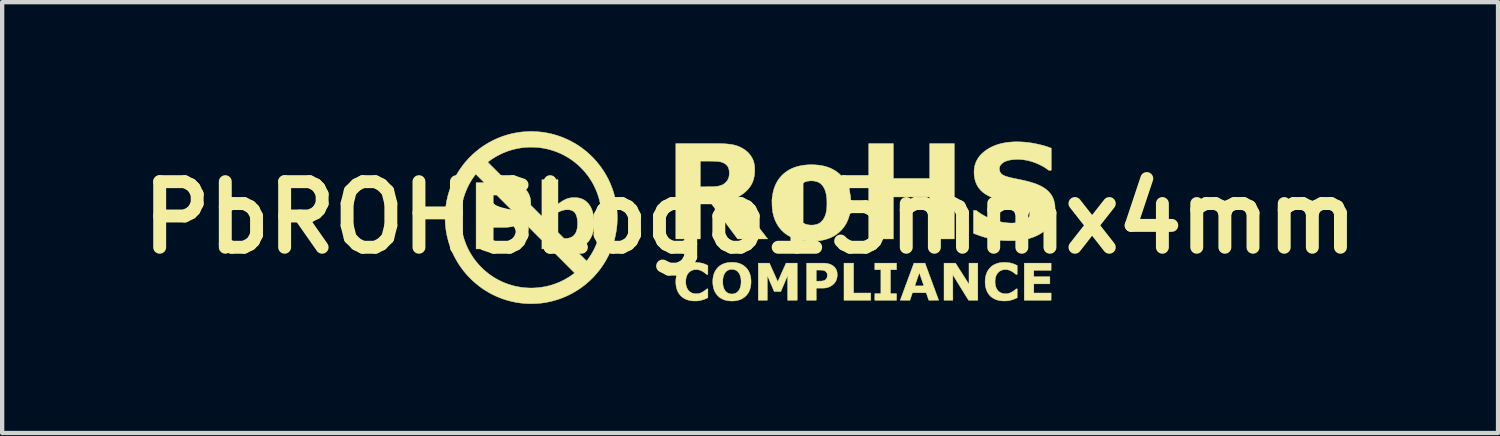
<source format=kicad_pcb>
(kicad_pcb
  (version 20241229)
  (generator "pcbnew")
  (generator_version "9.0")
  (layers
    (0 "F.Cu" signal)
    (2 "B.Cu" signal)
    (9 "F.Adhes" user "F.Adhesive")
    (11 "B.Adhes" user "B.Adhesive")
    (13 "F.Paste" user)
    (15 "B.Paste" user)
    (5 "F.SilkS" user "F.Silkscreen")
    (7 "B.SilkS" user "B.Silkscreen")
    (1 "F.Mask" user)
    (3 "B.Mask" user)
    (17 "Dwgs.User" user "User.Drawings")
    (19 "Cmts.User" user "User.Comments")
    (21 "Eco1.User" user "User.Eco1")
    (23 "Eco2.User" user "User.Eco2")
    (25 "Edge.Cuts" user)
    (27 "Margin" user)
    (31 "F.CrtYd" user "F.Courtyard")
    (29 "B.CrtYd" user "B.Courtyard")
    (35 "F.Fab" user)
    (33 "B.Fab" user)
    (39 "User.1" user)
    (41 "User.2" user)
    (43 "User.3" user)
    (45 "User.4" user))
  (footprint "PbROHSLogo15mmx4mm"
    (layer "F.Cu")
    (at 14.376 2.005)
    (property "Reference" "PbROHSLogo15mmx4mm" (at 0 0 0) (layer "F.SilkS") (effects (font (size 1.524 1.524) (thickness 0.3))))
    (attr through_hole)
    (fp_poly (pts (xy 2.405 1.753) (xy 2.804 1.753) (xy 2.804 1.92) (xy 2.182 1.92) (xy 2.182 1.058) (xy 2.405 1.058) (xy 2.405 1.753)) (stroke (width 0.01) (type solid)) (fill yes) (layer "F.SilkS"))
    (fp_poly (pts (xy 3.329 -0.909) (xy 4.173 -0.909) (xy 4.173 -1.72) (xy 4.745 -1.72) (xy 4.745 0.496) (xy 4.173 0.496) (xy 4.173 -0.48) (xy 3.329 -0.48) (xy 3.329 0.496) (xy 2.757 0.496) (xy 2.757 -1.72) (xy 3.329 -1.72) (xy 3.329 -0.909)) (stroke (width 0.01) (type solid)) (fill yes) (layer "F.SilkS"))
    (fp_poly (pts (xy 3.403 1.211) (xy 3.262 1.211) (xy 3.262 1.767) (xy 3.403 1.767) (xy 3.403 1.92) (xy 2.898 1.92) (xy 2.898 1.767) (xy 3.039 1.767) (xy 3.039 1.211) (xy 2.898 1.211) (xy 2.898 1.058) (xy 3.403 1.058) (xy 3.403 1.211)) (stroke (width 0.01) (type solid)) (fill yes) (layer "F.SilkS"))
    (fp_poly (pts (xy 6.994 1.225) (xy 6.592 1.225) (xy 6.592 1.373) (xy 6.965 1.373) (xy 6.965 1.54) (xy 6.592 1.54) (xy 6.592 1.753) (xy 6.994 1.753) (xy 6.994 1.92) (xy 6.37 1.92) (xy 6.37 1.058) (xy 6.994 1.058) (xy 6.994 1.225)) (stroke (width 0.01) (type solid)) (fill yes) (layer "F.SilkS"))
    (fp_poly (pts (xy 4.78 1.069) (xy 4.781 1.07) (xy 4.782 1.072) (xy 4.784 1.075) (xy 4.786 1.078) (xy 4.788 1.083) (xy 4.792 1.087) (xy 4.795 1.093) (xy 4.799 1.099) (xy 4.803 1.106) (xy 4.808 1.113) (xy 4.813 1.121) (xy 4.818 1.13) (xy 4.824 1.139) (xy 4.83 1.148) (xy 4.836 1.158) (xy 4.843 1.168) (xy 4.849 1.179) (xy 4.856 1.189) (xy 4.863 1.201) (xy 4.871 1.212) (xy 4.878 1.224) (xy 4.886 1.235) (xy 4.893 1.247) (xy 4.901 1.259) (xy 4.909 1.272) (xy 4.917 1.284) (xy 4.924 1.296) (xy 4.932 1.308) (xy 4.94 1.321) (xy 4.948 1.333) (xy 4.956 1.345) (xy 4.963 1.357) (xy 4.971 1.369) (xy 4.978 1.381) (xy 4.985 1.392) (xy 4.993 1.403) (xy 5 1.414) (xy 5.006 1.425) (xy 5.013 1.435) (xy 5.019 1.445) (xy 5.025 1.455) (xy 5.031 1.464) (xy 5.037 1.472) (xy 5.042 1.481) (xy 5.047 1.488) (xy 5.051 1.495) (xy 5.055 1.502) (xy 5.059 1.507) (xy 5.062 1.513) (xy 5.065 1.517) (xy 5.067 1.521) (xy 5.067 1.521) (xy 5.086 1.55) (xy 5.086 1.304) (xy 5.086 1.058) (xy 5.291 1.058) (xy 5.291 1.92) (xy 5.183 1.92) (xy 5.076 1.92) (xy 5.046 1.871) (xy 5.044 1.868) (xy 5.042 1.864) (xy 5.039 1.86) (xy 5.035 1.855) (xy 5.032 1.849) (xy 5.028 1.842) (xy 5.023 1.834) (xy 5.018 1.826) (xy 5.013 1.818) (xy 5.007 1.809) (xy 5.001 1.799) (xy 4.995 1.789) (xy 4.988 1.778) (xy 4.981 1.767) (xy 4.974 1.755) (xy 4.967 1.743) (xy 4.959 1.731) (xy 4.951 1.718) (xy 4.943 1.705) (xy 4.935 1.692) (xy 4.927 1.679) (xy 4.918 1.665) (xy 4.91 1.651) (xy 4.901 1.637) (xy 4.893 1.624) (xy 4.884 1.61) (xy 4.875 1.596) (xy 4.867 1.582) (xy 4.858 1.568) (xy 4.849 1.554) (xy 4.841 1.54) (xy 4.832 1.526) (xy 4.824 1.513) (xy 4.816 1.5) (xy 4.808 1.486) (xy 4.8 1.474) (xy 4.792 1.461) (xy 4.785 1.449) (xy 4.777 1.437) (xy 4.77 1.426) (xy 4.764 1.415) (xy 4.757 1.405) (xy 4.751 1.395) (xy 4.745 1.385) (xy 4.74 1.376) (xy 4.734 1.368) (xy 4.73 1.36) (xy 4.727 1.356) (xy 4.711 1.33) (xy 4.711 1.625) (xy 4.711 1.92) (xy 4.506 1.92) (xy 4.506 1.058) (xy 4.773 1.058) (xy 4.78 1.069)) (stroke (width 0.01) (type solid)) (fill yes) (layer "F.SilkS"))
    (fp_poly (pts (xy 0.45 1.058) (xy 0.471 1.106) (xy 0.475 1.113) (xy 0.478 1.121) (xy 0.482 1.13) (xy 0.486 1.14) (xy 0.491 1.149) (xy 0.495 1.159) (xy 0.5 1.169) (xy 0.504 1.179) (xy 0.508 1.188) (xy 0.512 1.197) (xy 0.516 1.206) (xy 0.516 1.207) (xy 0.526 1.227) (xy 0.534 1.247) (xy 0.543 1.265) (xy 0.551 1.283) (xy 0.558 1.3) (xy 0.565 1.316) (xy 0.572 1.331) (xy 0.579 1.345) (xy 0.585 1.359) (xy 0.59 1.372) (xy 0.596 1.384) (xy 0.601 1.395) (xy 0.606 1.405) (xy 0.61 1.415) (xy 0.614 1.424) (xy 0.618 1.433) (xy 0.621 1.441) (xy 0.625 1.448) (xy 0.628 1.454) (xy 0.63 1.46) (xy 0.633 1.465) (xy 0.635 1.47) (xy 0.636 1.474) (xy 0.638 1.478) (xy 0.639 1.481) (xy 0.641 1.483) (xy 0.642 1.485) (xy 0.642 1.487) (xy 0.643 1.488) (xy 0.643 1.489) (xy 0.643 1.489) (xy 0.643 1.488) (xy 0.644 1.487) (xy 0.645 1.485) (xy 0.646 1.483) (xy 0.648 1.479) (xy 0.65 1.475) (xy 0.652 1.471) (xy 0.654 1.466) (xy 0.656 1.461) (xy 0.657 1.459) (xy 0.658 1.456) (xy 0.66 1.453) (xy 0.662 1.448) (xy 0.664 1.443) (xy 0.667 1.437) (xy 0.67 1.43) (xy 0.673 1.423) (xy 0.677 1.415) (xy 0.681 1.406) (xy 0.685 1.397) (xy 0.689 1.387) (xy 0.694 1.377) (xy 0.699 1.366) (xy 0.704 1.355) (xy 0.709 1.343) (xy 0.714 1.331) (xy 0.719 1.319) (xy 0.725 1.307) (xy 0.731 1.294) (xy 0.736 1.281) (xy 0.742 1.268) (xy 0.748 1.255) (xy 0.75 1.25) (xy 0.756 1.238) (xy 0.762 1.225) (xy 0.767 1.212) (xy 0.773 1.2) (xy 0.778 1.188) (xy 0.783 1.177) (xy 0.788 1.166) (xy 0.793 1.155) (xy 0.798 1.145) (xy 0.802 1.135) (xy 0.806 1.125) (xy 0.81 1.117) (xy 0.814 1.108) (xy 0.817 1.101) (xy 0.82 1.094) (xy 0.823 1.087) (xy 0.826 1.082) (xy 0.828 1.077) (xy 0.83 1.073) (xy 0.831 1.07) (xy 0.832 1.067) (xy 0.833 1.065) (xy 0.833 1.065) (xy 0.836 1.058) (xy 1.095 1.058) (xy 1.095 1.92) (xy 0.873 1.92) (xy 0.873 1.632) (xy 0.873 1.345) (xy 0.87 1.351) (xy 0.87 1.352) (xy 0.869 1.354) (xy 0.868 1.356) (xy 0.867 1.36) (xy 0.865 1.364) (xy 0.863 1.369) (xy 0.86 1.375) (xy 0.857 1.382) (xy 0.854 1.389) (xy 0.851 1.397) (xy 0.847 1.405) (xy 0.844 1.414) (xy 0.84 1.424) (xy 0.835 1.434) (xy 0.831 1.444) (xy 0.826 1.455) (xy 0.821 1.466) (xy 0.816 1.478) (xy 0.811 1.49) (xy 0.806 1.502) (xy 0.801 1.515) (xy 0.795 1.528) (xy 0.791 1.537) (xy 0.714 1.718) (xy 0.637 1.717) (xy 0.56 1.717) (xy 0.503 1.582) (xy 0.498 1.571) (xy 0.493 1.559) (xy 0.487 1.547) (xy 0.482 1.535) (xy 0.477 1.523) (xy 0.472 1.511) (xy 0.467 1.499) (xy 0.462 1.488) (xy 0.458 1.477) (xy 0.453 1.466) (xy 0.449 1.456) (xy 0.444 1.446) (xy 0.441 1.437) (xy 0.437 1.428) (xy 0.433 1.42) (xy 0.43 1.412) (xy 0.427 1.406) (xy 0.425 1.4) (xy 0.423 1.396) (xy 0.401 1.344) (xy 0.401 1.632) (xy 0.401 1.92) (xy 0.191 1.92) (xy 0.191 1.058) (xy 0.45 1.058)) (stroke (width 0.01) (type solid)) (fill yes) (layer "F.SilkS"))
    (fp_poly (pts (xy 1.513 1.058) (xy 1.532 1.058) (xy 1.55 1.058) (xy 1.567 1.058) (xy 1.583 1.058) (xy 1.598 1.058) (xy 1.612 1.058) (xy 1.625 1.058) (xy 1.637 1.058) (xy 1.649 1.058) (xy 1.659 1.058) (xy 1.669 1.058) (xy 1.678 1.058) (xy 1.685 1.058) (xy 1.693 1.058) (xy 1.699 1.058) (xy 1.704 1.058) (xy 1.709 1.058) (xy 1.713 1.058) (xy 1.716 1.058) (xy 1.719 1.058) (xy 1.72 1.059) (xy 1.721 1.059) (xy 1.728 1.059) (xy 1.735 1.059) (xy 1.74 1.06) (xy 1.745 1.06) (xy 1.75 1.061) (xy 1.752 1.061) (xy 1.772 1.063) (xy 1.792 1.066) (xy 1.81 1.07) (xy 1.828 1.075) (xy 1.846 1.08) (xy 1.862 1.086) (xy 1.878 1.093) (xy 1.894 1.1) (xy 1.907 1.107) (xy 1.92 1.116) (xy 1.933 1.125) (xy 1.945 1.135) (xy 1.956 1.145) (xy 1.967 1.156) (xy 1.976 1.167) (xy 1.985 1.18) (xy 1.99 1.188) (xy 1.997 1.2) (xy 2.003 1.213) (xy 2.009 1.227) (xy 2.014 1.241) (xy 2.017 1.255) (xy 2.021 1.27) (xy 2.023 1.285) (xy 2.024 1.301) (xy 2.025 1.317) (xy 2.025 1.335) (xy 2.025 1.352) (xy 2.023 1.369) (xy 2.021 1.386) (xy 2.018 1.402) (xy 2.013 1.419) (xy 2.01 1.429) (xy 2.005 1.445) (xy 1.999 1.461) (xy 1.992 1.475) (xy 1.984 1.489) (xy 1.975 1.502) (xy 1.966 1.515) (xy 1.96 1.522) (xy 1.958 1.525) (xy 1.954 1.529) (xy 1.95 1.533) (xy 1.946 1.537) (xy 1.942 1.542) (xy 1.938 1.545) (xy 1.936 1.547) (xy 1.921 1.56) (xy 1.906 1.572) (xy 1.891 1.582) (xy 1.875 1.592) (xy 1.859 1.601) (xy 1.842 1.609) (xy 1.831 1.614) (xy 1.816 1.619) (xy 1.8 1.624) (xy 1.784 1.628) (xy 1.767 1.632) (xy 1.749 1.635) (xy 1.73 1.637) (xy 1.721 1.638) (xy 1.718 1.638) (xy 1.715 1.638) (xy 1.711 1.638) (xy 1.708 1.638) (xy 1.704 1.639) (xy 1.701 1.639) (xy 1.696 1.639) (xy 1.692 1.639) (xy 1.687 1.639) (xy 1.682 1.639) (xy 1.676 1.639) (xy 1.669 1.639) (xy 1.662 1.639) (xy 1.654 1.639) (xy 1.646 1.639) (xy 1.636 1.639) (xy 1.626 1.639) (xy 1.615 1.639) (xy 1.611 1.639) (xy 1.537 1.639) (xy 1.537 1.92) (xy 1.314 1.92) (xy 1.314 1.477) (xy 1.537 1.477) (xy 1.584 1.477) (xy 1.591 1.477) (xy 1.598 1.476) (xy 1.605 1.476) (xy 1.611 1.476) (xy 1.617 1.476) (xy 1.623 1.476) (xy 1.628 1.476) (xy 1.632 1.476) (xy 1.636 1.476) (xy 1.638 1.476) (xy 1.64 1.476) (xy 1.64 1.476) (xy 1.652 1.475) (xy 1.662 1.474) (xy 1.672 1.473) (xy 1.681 1.472) (xy 1.689 1.471) (xy 1.696 1.469) (xy 1.703 1.467) (xy 1.71 1.466) (xy 1.716 1.464) (xy 1.72 1.462) (xy 1.73 1.458) (xy 1.738 1.454) (xy 1.747 1.448) (xy 1.754 1.442) (xy 1.761 1.436) (xy 1.762 1.435) (xy 1.766 1.431) (xy 1.769 1.427) (xy 1.772 1.423) (xy 1.775 1.419) (xy 1.777 1.417) (xy 1.781 1.408) (xy 1.785 1.4) (xy 1.788 1.391) (xy 1.791 1.381) (xy 1.793 1.37) (xy 1.794 1.361) (xy 1.794 1.358) (xy 1.795 1.354) (xy 1.795 1.349) (xy 1.795 1.344) (xy 1.795 1.339) (xy 1.795 1.334) (xy 1.795 1.33) (xy 1.795 1.325) (xy 1.795 1.321) (xy 1.794 1.318) (xy 1.794 1.317) (xy 1.792 1.307) (xy 1.789 1.298) (xy 1.786 1.289) (xy 1.781 1.281) (xy 1.776 1.273) (xy 1.77 1.266) (xy 1.763 1.258) (xy 1.762 1.258) (xy 1.759 1.255) (xy 1.757 1.252) (xy 1.754 1.25) (xy 1.751 1.248) (xy 1.749 1.246) (xy 1.746 1.244) (xy 1.74 1.241) (xy 1.734 1.238) (xy 1.726 1.234) (xy 1.718 1.231) (xy 1.71 1.229) (xy 1.701 1.226) (xy 1.692 1.224) (xy 1.683 1.223) (xy 1.683 1.223) (xy 1.679 1.222) (xy 1.676 1.222) (xy 1.673 1.222) (xy 1.669 1.221) (xy 1.665 1.221) (xy 1.66 1.221) (xy 1.655 1.22) (xy 1.65 1.22) (xy 1.644 1.22) (xy 1.637 1.22) (xy 1.63 1.22) (xy 1.622 1.22) (xy 1.613 1.22) (xy 1.603 1.219) (xy 1.592 1.219) (xy 1.587 1.219) (xy 1.537 1.219) (xy 1.537 1.477) (xy 1.314 1.477) (xy 1.314 1.058) (xy 1.513 1.058)) (stroke (width 0.01) (type solid)) (fill yes) (layer "F.SilkS"))
    (fp_poly (pts (xy 3.935 1.058) (xy 4.064 1.058) (xy 4.093 1.138) (xy 4.095 1.143) (xy 4.097 1.149) (xy 4.1 1.155) (xy 4.102 1.163) (xy 4.105 1.171) (xy 4.109 1.18) (xy 4.112 1.19) (xy 4.116 1.201) (xy 4.12 1.212) (xy 4.125 1.224) (xy 4.13 1.236) (xy 4.134 1.25) (xy 4.14 1.263) (xy 4.145 1.278) (xy 4.15 1.293) (xy 4.156 1.308) (xy 4.162 1.324) (xy 4.168 1.34) (xy 4.174 1.356) (xy 4.18 1.373) (xy 4.187 1.391) (xy 4.193 1.408) (xy 4.2 1.426) (xy 4.206 1.444) (xy 4.213 1.462) (xy 4.22 1.481) (xy 4.227 1.499) (xy 4.234 1.518) (xy 4.241 1.537) (xy 4.248 1.556) (xy 4.252 1.569) (xy 4.382 1.919) (xy 4.267 1.92) (xy 4.256 1.92) (xy 4.246 1.92) (xy 4.235 1.92) (xy 4.226 1.92) (xy 4.216 1.92) (xy 4.207 1.92) (xy 4.199 1.92) (xy 4.191 1.92) (xy 4.184 1.92) (xy 4.177 1.92) (xy 4.171 1.92) (xy 4.166 1.92) (xy 4.161 1.919) (xy 4.157 1.919) (xy 4.155 1.919) (xy 4.153 1.919) (xy 4.152 1.919) (xy 4.151 1.919) (xy 4.151 1.919) (xy 4.151 1.917) (xy 4.15 1.915) (xy 4.149 1.912) (xy 4.148 1.908) (xy 4.146 1.904) (xy 4.144 1.898) (xy 4.142 1.892) (xy 4.14 1.886) (xy 4.138 1.879) (xy 4.135 1.871) (xy 4.132 1.864) (xy 4.13 1.855) (xy 4.127 1.847) (xy 4.124 1.838) (xy 4.122 1.833) (xy 4.092 1.746) (xy 3.773 1.746) (xy 3.744 1.831) (xy 3.741 1.84) (xy 3.738 1.849) (xy 3.735 1.857) (xy 3.732 1.865) (xy 3.73 1.873) (xy 3.727 1.88) (xy 3.725 1.887) (xy 3.723 1.893) (xy 3.721 1.899) (xy 3.719 1.904) (xy 3.717 1.908) (xy 3.716 1.912) (xy 3.715 1.914) (xy 3.715 1.916) (xy 3.714 1.917) (xy 3.714 1.918) (xy 3.713 1.92) (xy 3.601 1.92) (xy 3.588 1.92) (xy 3.576 1.92) (xy 3.565 1.92) (xy 3.555 1.92) (xy 3.546 1.92) (xy 3.537 1.92) (xy 3.529 1.92) (xy 3.523 1.92) (xy 3.517 1.92) (xy 3.511 1.92) (xy 3.506 1.92) (xy 3.502 1.92) (xy 3.499 1.919) (xy 3.496 1.919) (xy 3.494 1.919) (xy 3.492 1.919) (xy 3.491 1.919) (xy 3.49 1.919) (xy 3.489 1.919) (xy 3.489 1.919) (xy 3.489 1.919) (xy 3.49 1.917) (xy 3.491 1.915) (xy 3.492 1.911) (xy 3.493 1.907) (xy 3.495 1.902) (xy 3.497 1.896) (xy 3.5 1.89) (xy 3.503 1.883) (xy 3.505 1.875) (xy 3.509 1.866) (xy 3.512 1.857) (xy 3.516 1.847) (xy 3.52 1.836) (xy 3.524 1.825) (xy 3.528 1.814) (xy 3.533 1.801) (xy 3.537 1.789) (xy 3.542 1.776) (xy 3.547 1.762) (xy 3.552 1.748) (xy 3.558 1.734) (xy 3.563 1.719) (xy 3.569 1.704) (xy 3.574 1.688) (xy 3.58 1.673) (xy 3.586 1.657) (xy 3.592 1.641) (xy 3.598 1.624) (xy 3.604 1.608) (xy 3.61 1.591) (xy 3.612 1.587) (xy 3.827 1.587) (xy 4.038 1.587) (xy 4.035 1.579) (xy 4.035 1.577) (xy 4.034 1.575) (xy 4.033 1.571) (xy 4.031 1.567) (xy 4.03 1.563) (xy 4.028 1.557) (xy 4.026 1.551) (xy 4.024 1.545) (xy 4.021 1.538) (xy 4.019 1.531) (xy 4.016 1.523) (xy 4.013 1.516) (xy 4.011 1.508) (xy 4.01 1.506) (xy 4.004 1.489) (xy 3.999 1.473) (xy 3.993 1.457) (xy 3.988 1.442) (xy 3.983 1.427) (xy 3.978 1.412) (xy 3.973 1.399) (xy 3.969 1.386) (xy 3.965 1.373) (xy 3.961 1.362) (xy 3.957 1.351) (xy 3.953 1.341) (xy 3.95 1.331) (xy 3.947 1.323) (xy 3.945 1.315) (xy 3.942 1.308) (xy 3.942 1.308) (xy 3.941 1.303) (xy 3.939 1.299) (xy 3.938 1.294) (xy 3.936 1.29) (xy 3.935 1.287) (xy 3.934 1.284) (xy 3.933 1.282) (xy 3.933 1.281) (xy 3.932 1.28) (xy 3.932 1.281) (xy 3.932 1.282) (xy 3.931 1.284) (xy 3.93 1.286) (xy 3.929 1.29) (xy 3.928 1.294) (xy 3.926 1.299) (xy 3.924 1.305) (xy 3.921 1.312) (xy 3.919 1.32) (xy 3.916 1.328) (xy 3.913 1.338) (xy 3.909 1.348) (xy 3.905 1.359) (xy 3.901 1.371) (xy 3.897 1.383) (xy 3.892 1.397) (xy 3.887 1.412) (xy 3.882 1.427) (xy 3.876 1.444) (xy 3.87 1.461) (xy 3.864 1.479) (xy 3.857 1.498) (xy 3.851 1.518) (xy 3.843 1.539) (xy 3.836 1.56) (xy 3.827 1.587) (xy 3.612 1.587) (xy 3.616 1.574) (xy 3.623 1.557) (xy 3.629 1.54) (xy 3.635 1.523) (xy 3.642 1.506) (xy 3.648 1.489) (xy 3.654 1.472) (xy 3.66 1.455) (xy 3.667 1.439) (xy 3.673 1.422) (xy 3.679 1.405) (xy 3.685 1.389) (xy 3.691 1.373) (xy 3.697 1.357) (xy 3.702 1.341) (xy 3.708 1.326) (xy 3.714 1.311) (xy 3.719 1.296) (xy 3.724 1.282) (xy 3.73 1.268) (xy 3.735 1.254) (xy 3.739 1.241) (xy 3.744 1.229) (xy 3.749 1.216) (xy 3.753 1.205) (xy 3.757 1.194) (xy 3.761 1.183) (xy 3.765 1.173) (xy 3.768 1.164) (xy 3.771 1.155) (xy 3.774 1.148) (xy 3.777 1.14) (xy 3.779 1.134) (xy 3.781 1.128) (xy 3.783 1.123) (xy 3.784 1.119) (xy 3.786 1.116) (xy 3.787 1.114) (xy 3.787 1.114) (xy 3.807 1.058) (xy 3.935 1.058)) (stroke (width 0.01) (type solid)) (fill yes) (layer "F.SilkS"))
    (fp_poly (pts (xy -1.268 1.041) (xy -1.248 1.042) (xy -1.228 1.043) (xy -1.209 1.045) (xy -1.19 1.047) (xy -1.175 1.049) (xy -1.16 1.051) (xy -1.146 1.054) (xy -1.133 1.056) (xy -1.12 1.059) (xy -1.108 1.062) (xy -1.096 1.066) (xy -1.084 1.069) (xy -1.072 1.073) (xy -1.061 1.078) (xy -1.056 1.079) (xy -1.051 1.082) (xy -1.045 1.084) (xy -1.038 1.087) (xy -1.031 1.09) (xy -1.024 1.093) (xy -1.017 1.096) (xy -1.009 1.099) (xy -1.002 1.102) (xy -0.996 1.105) (xy -0.99 1.108) (xy -0.98 1.113) (xy -0.98 1.322) (xy -1.006 1.322) (xy -1.011 1.318) (xy -1.015 1.315) (xy -1.019 1.311) (xy -1.024 1.307) (xy -1.029 1.303) (xy -1.034 1.299) (xy -1.04 1.295) (xy -1.045 1.291) (xy -1.05 1.287) (xy -1.054 1.284) (xy -1.058 1.281) (xy -1.059 1.28) (xy -1.074 1.269) (xy -1.089 1.259) (xy -1.105 1.25) (xy -1.12 1.242) (xy -1.135 1.235) (xy -1.143 1.231) (xy -1.155 1.226) (xy -1.166 1.222) (xy -1.177 1.219) (xy -1.187 1.216) (xy -1.197 1.213) (xy -1.207 1.211) (xy -1.217 1.21) (xy -1.228 1.209) (xy -1.239 1.208) (xy -1.245 1.208) (xy -1.26 1.208) (xy -1.274 1.209) (xy -1.289 1.21) (xy -1.303 1.213) (xy -1.317 1.216) (xy -1.331 1.22) (xy -1.344 1.224) (xy -1.357 1.23) (xy -1.369 1.236) (xy -1.377 1.24) (xy -1.389 1.248) (xy -1.401 1.257) (xy -1.412 1.266) (xy -1.415 1.269) (xy -1.423 1.277) (xy -1.432 1.287) (xy -1.44 1.297) (xy -1.448 1.309) (xy -1.455 1.32) (xy -1.462 1.333) (xy -1.468 1.346) (xy -1.473 1.36) (xy -1.475 1.363) (xy -1.479 1.375) (xy -1.482 1.388) (xy -1.485 1.401) (xy -1.488 1.415) (xy -1.49 1.43) (xy -1.492 1.445) (xy -1.493 1.46) (xy -1.494 1.476) (xy -1.494 1.492) (xy -1.494 1.508) (xy -1.493 1.524) (xy -1.491 1.54) (xy -1.491 1.545) (xy -1.489 1.561) (xy -1.486 1.577) (xy -1.482 1.592) (xy -1.478 1.607) (xy -1.473 1.621) (xy -1.469 1.631) (xy -1.463 1.644) (xy -1.456 1.657) (xy -1.449 1.669) (xy -1.441 1.68) (xy -1.433 1.69) (xy -1.425 1.7) (xy -1.416 1.708) (xy -1.415 1.71) (xy -1.403 1.72) (xy -1.392 1.728) (xy -1.379 1.736) (xy -1.367 1.744) (xy -1.354 1.75) (xy -1.34 1.755) (xy -1.328 1.759) (xy -1.311 1.763) (xy -1.294 1.766) (xy -1.277 1.769) (xy -1.261 1.77) (xy -1.244 1.77) (xy -1.228 1.769) (xy -1.212 1.767) (xy -1.196 1.765) (xy -1.18 1.761) (xy -1.178 1.76) (xy -1.164 1.756) (xy -1.15 1.752) (xy -1.137 1.746) (xy -1.125 1.74) (xy -1.112 1.734) (xy -1.099 1.727) (xy -1.096 1.725) (xy -1.087 1.719) (xy -1.078 1.713) (xy -1.069 1.708) (xy -1.06 1.702) (xy -1.052 1.695) (xy -1.043 1.689) (xy -1.034 1.681) (xy -1.024 1.674) (xy -1.014 1.665) (xy -1.012 1.663) (xy -1.003 1.656) (xy -0.98 1.656) (xy -0.98 1.863) (xy -0.988 1.866) (xy -0.994 1.869) (xy -1.001 1.872) (xy -1.008 1.875) (xy -1.015 1.878) (xy -1.022 1.881) (xy -1.028 1.884) (xy -1.034 1.886) (xy -1.04 1.889) (xy -1.045 1.891) (xy -1.049 1.893) (xy -1.053 1.894) (xy -1.056 1.896) (xy -1.056 1.896) (xy -1.067 1.9) (xy -1.078 1.904) (xy -1.09 1.908) (xy -1.103 1.911) (xy -1.115 1.915) (xy -1.128 1.918) (xy -1.141 1.922) (xy -1.154 1.925) (xy -1.166 1.927) (xy -1.178 1.929) (xy -1.19 1.931) (xy -1.201 1.933) (xy -1.206 1.933) (xy -1.216 1.934) (xy -1.226 1.935) (xy -1.237 1.936) (xy -1.248 1.936) (xy -1.26 1.936) (xy -1.272 1.937) (xy -1.285 1.937) (xy -1.297 1.937) (xy -1.302 1.936) (xy -1.324 1.936) (xy -1.346 1.934) (xy -1.367 1.931) (xy -1.389 1.928) (xy -1.409 1.924) (xy -1.429 1.919) (xy -1.449 1.913) (xy -1.468 1.906) (xy -1.487 1.899) (xy -1.505 1.891) (xy -1.511 1.888) (xy -1.528 1.879) (xy -1.545 1.869) (xy -1.561 1.858) (xy -1.576 1.847) (xy -1.591 1.835) (xy -1.605 1.822) (xy -1.618 1.808) (xy -1.63 1.794) (xy -1.642 1.779) (xy -1.653 1.763) (xy -1.663 1.747) (xy -1.673 1.73) (xy -1.682 1.712) (xy -1.682 1.71) (xy -1.689 1.694) (xy -1.696 1.677) (xy -1.701 1.66) (xy -1.707 1.643) (xy -1.711 1.625) (xy -1.715 1.607) (xy -1.718 1.588) (xy -1.721 1.568) (xy -1.723 1.548) (xy -1.724 1.531) (xy -1.724 1.527) (xy -1.725 1.523) (xy -1.725 1.518) (xy -1.725 1.512) (xy -1.725 1.506) (xy -1.725 1.499) (xy -1.725 1.493) (xy -1.725 1.486) (xy -1.725 1.48) (xy -1.725 1.474) (xy -1.725 1.469) (xy -1.725 1.465) (xy -1.725 1.462) (xy -1.723 1.441) (xy -1.722 1.421) (xy -1.719 1.401) (xy -1.716 1.382) (xy -1.712 1.364) (xy -1.708 1.345) (xy -1.703 1.328) (xy -1.699 1.316) (xy -1.692 1.297) (xy -1.684 1.278) (xy -1.676 1.26) (xy -1.666 1.242) (xy -1.656 1.225) (xy -1.646 1.209) (xy -1.634 1.194) (xy -1.622 1.179) (xy -1.609 1.165) (xy -1.596 1.151) (xy -1.582 1.139) (xy -1.579 1.136) (xy -1.564 1.125) (xy -1.549 1.114) (xy -1.533 1.104) (xy -1.516 1.094) (xy -1.498 1.086) (xy -1.48 1.078) (xy -1.462 1.07) (xy -1.443 1.064) (xy -1.423 1.058) (xy -1.403 1.053) (xy -1.382 1.049) (xy -1.361 1.046) (xy -1.344 1.044) (xy -1.326 1.042) (xy -1.307 1.041) (xy -1.287 1.041) (xy -1.268 1.041)) (stroke (width 0.01) (type solid)) (fill yes) (layer "F.SilkS"))
    (fp_poly (pts (xy 5.924 1.041) (xy 5.94 1.042) (xy 5.955 1.043) (xy 5.955 1.043) (xy 5.969 1.044) (xy 5.983 1.045) (xy 5.997 1.047) (xy 6.012 1.049) (xy 6.026 1.051) (xy 6.04 1.054) (xy 6.053 1.056) (xy 6.066 1.059) (xy 6.078 1.062) (xy 6.08 1.063) (xy 6.087 1.065) (xy 6.096 1.067) (xy 6.104 1.07) (xy 6.113 1.073) (xy 6.122 1.076) (xy 6.13 1.079) (xy 6.134 1.081) (xy 6.14 1.083) (xy 6.147 1.086) (xy 6.154 1.089) (xy 6.161 1.092) (xy 6.169 1.096) (xy 6.177 1.099) (xy 6.184 1.102) (xy 6.191 1.106) (xy 6.198 1.109) (xy 6.201 1.11) (xy 6.206 1.113) (xy 6.206 1.322) (xy 6.181 1.322) (xy 6.175 1.318) (xy 6.17 1.313) (xy 6.163 1.308) (xy 6.157 1.303) (xy 6.15 1.298) (xy 6.143 1.292) (xy 6.141 1.291) (xy 6.127 1.28) (xy 6.112 1.27) (xy 6.099 1.261) (xy 6.085 1.252) (xy 6.071 1.245) (xy 6.058 1.238) (xy 6.044 1.232) (xy 6.03 1.226) (xy 6.016 1.221) (xy 6.014 1.22) (xy 5.999 1.216) (xy 5.985 1.212) (xy 5.97 1.21) (xy 5.955 1.208) (xy 5.94 1.208) (xy 5.929 1.208) (xy 5.913 1.209) (xy 5.897 1.21) (xy 5.882 1.213) (xy 5.867 1.216) (xy 5.852 1.221) (xy 5.838 1.226) (xy 5.827 1.231) (xy 5.815 1.237) (xy 5.803 1.244) (xy 5.792 1.251) (xy 5.781 1.26) (xy 5.771 1.269) (xy 5.767 1.273) (xy 5.757 1.283) (xy 5.749 1.294) (xy 5.741 1.305) (xy 5.733 1.317) (xy 5.726 1.33) (xy 5.72 1.343) (xy 5.714 1.357) (xy 5.709 1.371) (xy 5.704 1.386) (xy 5.701 1.4) (xy 5.701 1.402) (xy 5.698 1.416) (xy 5.696 1.432) (xy 5.694 1.447) (xy 5.693 1.464) (xy 5.692 1.48) (xy 5.692 1.497) (xy 5.693 1.513) (xy 5.694 1.529) (xy 5.695 1.545) (xy 5.697 1.561) (xy 5.698 1.565) (xy 5.701 1.579) (xy 5.704 1.592) (xy 5.708 1.605) (xy 5.712 1.618) (xy 5.717 1.63) (xy 5.723 1.642) (xy 5.723 1.644) (xy 5.73 1.657) (xy 5.737 1.669) (xy 5.745 1.68) (xy 5.753 1.691) (xy 5.762 1.701) (xy 5.771 1.71) (xy 5.781 1.719) (xy 5.792 1.727) (xy 5.799 1.732) (xy 5.81 1.739) (xy 5.822 1.745) (xy 5.834 1.75) (xy 5.846 1.755) (xy 5.86 1.759) (xy 5.874 1.763) (xy 5.883 1.765) (xy 5.899 1.768) (xy 5.916 1.769) (xy 5.932 1.77) (xy 5.948 1.77) (xy 5.965 1.769) (xy 5.981 1.766) (xy 5.997 1.763) (xy 6.014 1.759) (xy 6.03 1.754) (xy 6.04 1.75) (xy 6.05 1.746) (xy 6.059 1.742) (xy 6.069 1.737) (xy 6.078 1.732) (xy 6.088 1.726) (xy 6.099 1.72) (xy 6.11 1.713) (xy 6.113 1.711) (xy 6.12 1.706) (xy 6.128 1.7) (xy 6.137 1.694) (xy 6.145 1.687) (xy 6.154 1.68) (xy 6.163 1.673) (xy 6.172 1.665) (xy 6.176 1.662) (xy 6.183 1.656) (xy 6.194 1.656) (xy 6.206 1.656) (xy 6.206 1.863) (xy 6.194 1.868) (xy 6.185 1.872) (xy 6.176 1.876) (xy 6.168 1.879) (xy 6.161 1.883) (xy 6.155 1.885) (xy 6.149 1.888) (xy 6.143 1.89) (xy 6.138 1.892) (xy 6.134 1.894) (xy 6.129 1.896) (xy 6.125 1.897) (xy 6.122 1.899) (xy 6.118 1.9) (xy 6.115 1.902) (xy 6.111 1.903) (xy 6.107 1.904) (xy 6.104 1.905) (xy 6.103 1.905) (xy 6.093 1.909) (xy 6.083 1.912) (xy 6.072 1.915) (xy 6.061 1.918) (xy 6.05 1.92) (xy 6.04 1.923) (xy 6.029 1.925) (xy 6.019 1.927) (xy 6.009 1.929) (xy 6 1.931) (xy 5.993 1.932) (xy 5.982 1.933) (xy 5.97 1.934) (xy 5.957 1.935) (xy 5.944 1.936) (xy 5.93 1.936) (xy 5.916 1.937) (xy 5.901 1.937) (xy 5.886 1.936) (xy 5.884 1.936) (xy 5.862 1.936) (xy 5.841 1.934) (xy 5.819 1.931) (xy 5.799 1.928) (xy 5.778 1.924) (xy 5.758 1.919) (xy 5.738 1.913) (xy 5.719 1.907) (xy 5.701 1.9) (xy 5.683 1.892) (xy 5.666 1.883) (xy 5.653 1.876) (xy 5.637 1.866) (xy 5.621 1.855) (xy 5.606 1.843) (xy 5.591 1.831) (xy 5.579 1.819) (xy 5.567 1.807) (xy 5.556 1.794) (xy 5.546 1.781) (xy 5.536 1.767) (xy 5.527 1.753) (xy 5.518 1.738) (xy 5.512 1.726) (xy 5.503 1.708) (xy 5.495 1.69) (xy 5.488 1.671) (xy 5.482 1.651) (xy 5.477 1.631) (xy 5.472 1.611) (xy 5.468 1.589) (xy 5.465 1.567) (xy 5.463 1.546) (xy 5.463 1.542) (xy 5.462 1.537) (xy 5.462 1.533) (xy 5.462 1.529) (xy 5.462 1.525) (xy 5.462 1.522) (xy 5.461 1.517) (xy 5.461 1.513) (xy 5.461 1.508) (xy 5.461 1.502) (xy 5.461 1.496) (xy 5.461 1.491) (xy 5.461 1.482) (xy 5.461 1.475) (xy 5.461 1.467) (xy 5.462 1.461) (xy 5.462 1.455) (xy 5.462 1.449) (xy 5.462 1.444) (xy 5.463 1.438) (xy 5.463 1.432) (xy 5.464 1.426) (xy 5.465 1.42) (xy 5.465 1.418) (xy 5.468 1.397) (xy 5.472 1.375) (xy 5.476 1.355) (xy 5.481 1.335) (xy 5.488 1.315) (xy 5.495 1.296) (xy 5.502 1.277) (xy 5.511 1.259) (xy 5.52 1.242) (xy 5.53 1.225) (xy 5.541 1.209) (xy 5.552 1.194) (xy 5.564 1.179) (xy 5.577 1.165) (xy 5.59 1.151) (xy 5.604 1.139) (xy 5.619 1.127) (xy 5.62 1.126) (xy 5.635 1.115) (xy 5.652 1.105) (xy 5.668 1.095) (xy 5.686 1.087) (xy 5.704 1.079) (xy 5.722 1.071) (xy 5.741 1.065) (xy 5.761 1.059) (xy 5.781 1.054) (xy 5.802 1.05) (xy 5.823 1.046) (xy 5.844 1.044) (xy 5.85 1.043) (xy 5.863 1.042) (xy 5.878 1.041) (xy 5.893 1.041) (xy 5.909 1.041) (xy 5.924 1.041)) (stroke (width 0.01) (type solid)) (fill yes) (layer "F.SilkS"))
    (fp_poly (pts (xy -0.411 1.04) (xy -0.405 1.04) (xy -0.399 1.04) (xy -0.393 1.04) (xy -0.388 1.041) (xy -0.384 1.041) (xy -0.384 1.041) (xy -0.365 1.042) (xy -0.347 1.044) (xy -0.33 1.046) (xy -0.313 1.049) (xy -0.297 1.053) (xy -0.281 1.056) (xy -0.269 1.059) (xy -0.257 1.063) (xy -0.246 1.067) (xy -0.235 1.071) (xy -0.225 1.075) (xy -0.214 1.079) (xy -0.203 1.084) (xy -0.197 1.087) (xy -0.181 1.096) (xy -0.167 1.104) (xy -0.152 1.114) (xy -0.139 1.123) (xy -0.126 1.134) (xy -0.113 1.145) (xy -0.1 1.157) (xy -0.095 1.162) (xy -0.082 1.176) (xy -0.069 1.191) (xy -0.058 1.207) (xy -0.047 1.223) (xy -0.037 1.239) (xy -0.027 1.256) (xy -0.019 1.274) (xy -0.011 1.293) (xy -0.004 1.312) (xy 0.002 1.332) (xy 0.007 1.352) (xy 0.01 1.365) (xy 0.013 1.379) (xy 0.016 1.394) (xy 0.018 1.409) (xy 0.019 1.425) (xy 0.021 1.441) (xy 0.021 1.449) (xy 0.022 1.453) (xy 0.022 1.457) (xy 0.022 1.463) (xy 0.022 1.468) (xy 0.022 1.475) (xy 0.022 1.481) (xy 0.022 1.488) (xy 0.022 1.495) (xy 0.022 1.502) (xy 0.022 1.509) (xy 0.022 1.515) (xy 0.022 1.521) (xy 0.022 1.526) (xy 0.021 1.53) (xy 0.021 1.533) (xy 0.019 1.553) (xy 0.017 1.573) (xy 0.014 1.592) (xy 0.011 1.61) (xy 0.007 1.628) (xy 0.002 1.645) (xy -0.003 1.662) (xy -0.008 1.678) (xy -0.009 1.68) (xy -0.017 1.699) (xy -0.025 1.717) (xy -0.034 1.735) (xy -0.044 1.752) (xy -0.055 1.768) (xy -0.067 1.784) (xy -0.079 1.799) (xy -0.092 1.813) (xy -0.106 1.827) (xy -0.12 1.84) (xy -0.135 1.852) (xy -0.151 1.863) (xy -0.167 1.874) (xy -0.184 1.884) (xy -0.184 1.884) (xy -0.201 1.893) (xy -0.219 1.901) (xy -0.237 1.908) (xy -0.256 1.914) (xy -0.275 1.92) (xy -0.295 1.925) (xy -0.316 1.929) (xy -0.337 1.932) (xy -0.359 1.935) (xy -0.381 1.937) (xy -0.404 1.938) (xy -0.427 1.938) (xy -0.447 1.937) (xy -0.47 1.936) (xy -0.493 1.934) (xy -0.515 1.931) (xy -0.536 1.928) (xy -0.557 1.923) (xy -0.577 1.918) (xy -0.597 1.912) (xy -0.616 1.905) (xy -0.634 1.897) (xy -0.652 1.888) (xy -0.669 1.879) (xy -0.686 1.869) (xy -0.701 1.858) (xy -0.717 1.846) (xy -0.732 1.833) (xy -0.746 1.82) (xy -0.759 1.805) (xy -0.769 1.794) (xy -0.781 1.779) (xy -0.792 1.763) (xy -0.803 1.746) (xy -0.813 1.729) (xy -0.822 1.711) (xy -0.83 1.693) (xy -0.837 1.674) (xy -0.844 1.654) (xy -0.849 1.634) (xy -0.854 1.613) (xy -0.858 1.592) (xy -0.861 1.57) (xy -0.864 1.548) (xy -0.865 1.525) (xy -0.866 1.506) (xy -0.866 1.486) (xy -0.866 1.479) (xy -0.635 1.479) (xy -0.635 1.499) (xy -0.634 1.517) (xy -0.633 1.533) (xy -0.632 1.549) (xy -0.63 1.565) (xy -0.628 1.579) (xy -0.625 1.593) (xy -0.621 1.607) (xy -0.618 1.62) (xy -0.613 1.633) (xy -0.608 1.646) (xy -0.603 1.658) (xy -0.6 1.663) (xy -0.593 1.677) (xy -0.585 1.689) (xy -0.577 1.701) (xy -0.568 1.712) (xy -0.558 1.722) (xy -0.548 1.731) (xy -0.538 1.739) (xy -0.527 1.746) (xy -0.515 1.753) (xy -0.506 1.757) (xy -0.494 1.762) (xy -0.482 1.766) (xy -0.469 1.769) (xy -0.456 1.772) (xy -0.442 1.774) (xy -0.431 1.775) (xy -0.429 1.775) (xy -0.425 1.775) (xy -0.421 1.775) (xy -0.417 1.775) (xy -0.413 1.774) (xy -0.409 1.774) (xy -0.405 1.774) (xy -0.401 1.774) (xy -0.4 1.774) (xy -0.386 1.772) (xy -0.373 1.769) (xy -0.36 1.766) (xy -0.347 1.761) (xy -0.335 1.756) (xy -0.324 1.75) (xy -0.313 1.744) (xy -0.309 1.741) (xy -0.298 1.733) (xy -0.288 1.723) (xy -0.278 1.714) (xy -0.269 1.703) (xy -0.261 1.692) (xy -0.253 1.679) (xy -0.246 1.667) (xy -0.239 1.653) (xy -0.233 1.639) (xy -0.228 1.625) (xy -0.224 1.614) (xy -0.221 1.599) (xy -0.217 1.585) (xy -0.215 1.569) (xy -0.213 1.553) (xy -0.211 1.536) (xy -0.21 1.519) (xy -0.209 1.501) (xy -0.209 1.483) (xy -0.209 1.465) (xy -0.21 1.455) (xy -0.211 1.438) (xy -0.213 1.421) (xy -0.215 1.405) (xy -0.218 1.39) (xy -0.222 1.375) (xy -0.226 1.361) (xy -0.23 1.347) (xy -0.236 1.333) (xy -0.24 1.324) (xy -0.246 1.31) (xy -0.253 1.297) (xy -0.261 1.285) (xy -0.27 1.274) (xy -0.279 1.263) (xy -0.289 1.253) (xy -0.299 1.244) (xy -0.305 1.24) (xy -0.315 1.233) (xy -0.325 1.226) (xy -0.337 1.221) (xy -0.349 1.216) (xy -0.361 1.212) (xy -0.374 1.208) (xy -0.387 1.206) (xy -0.401 1.204) (xy -0.407 1.203) (xy -0.411 1.203) (xy -0.416 1.203) (xy -0.421 1.203) (xy -0.427 1.203) (xy -0.433 1.203) (xy -0.438 1.204) (xy -0.443 1.204) (xy -0.446 1.204) (xy -0.459 1.206) (xy -0.471 1.208) (xy -0.483 1.212) (xy -0.494 1.215) (xy -0.505 1.22) (xy -0.515 1.224) (xy -0.517 1.225) (xy -0.526 1.231) (xy -0.536 1.237) (xy -0.545 1.244) (xy -0.554 1.252) (xy -0.563 1.26) (xy -0.57 1.269) (xy -0.575 1.274) (xy -0.582 1.283) (xy -0.589 1.294) (xy -0.595 1.305) (xy -0.601 1.317) (xy -0.607 1.329) (xy -0.612 1.343) (xy -0.616 1.355) (xy -0.621 1.371) (xy -0.625 1.387) (xy -0.628 1.404) (xy -0.631 1.422) (xy -0.633 1.44) (xy -0.634 1.46) (xy -0.635 1.479) (xy -0.866 1.479) (xy -0.866 1.466) (xy -0.865 1.447) (xy -0.864 1.429) (xy -0.862 1.411) (xy -0.859 1.394) (xy -0.856 1.376) (xy -0.855 1.367) (xy -0.85 1.348) (xy -0.845 1.33) (xy -0.84 1.311) (xy -0.833 1.294) (xy -0.826 1.277) (xy -0.819 1.26) (xy -0.813 1.249) (xy -0.803 1.231) (xy -0.792 1.215) (xy -0.781 1.199) (xy -0.769 1.184) (xy -0.756 1.169) (xy -0.743 1.155) (xy -0.728 1.142) (xy -0.714 1.129) (xy -0.698 1.118) (xy -0.682 1.107) (xy -0.665 1.097) (xy -0.648 1.088) (xy -0.648 1.087) (xy -0.631 1.08) (xy -0.615 1.073) (xy -0.597 1.066) (xy -0.58 1.061) (xy -0.561 1.056) (xy -0.543 1.051) (xy -0.523 1.048) (xy -0.503 1.045) (xy -0.482 1.042) (xy -0.465 1.041) (xy -0.461 1.041) (xy -0.456 1.041) (xy -0.451 1.04) (xy -0.445 1.04) (xy -0.438 1.04) (xy -0.432 1.04) (xy -0.425 1.04) (xy -0.418 1.04) (xy -0.411 1.04)) (stroke (width 0.01) (type solid)) (fill yes) (layer "F.SilkS"))
    (fp_poly (pts (xy 1.441 -1.227) (xy 1.462 -1.227) (xy 1.481 -1.226) (xy 1.501 -1.226) (xy 1.502 -1.226) (xy 1.535 -1.223) (xy 1.568 -1.221) (xy 1.6 -1.217) (xy 1.631 -1.213) (xy 1.662 -1.208) (xy 1.692 -1.202) (xy 1.721 -1.195) (xy 1.75 -1.188) (xy 1.778 -1.18) (xy 1.806 -1.171) (xy 1.832 -1.161) (xy 1.844 -1.156) (xy 1.87 -1.146) (xy 1.895 -1.134) (xy 1.919 -1.122) (xy 1.943 -1.109) (xy 1.967 -1.096) (xy 1.989 -1.081) (xy 2.011 -1.066) (xy 2.023 -1.057) (xy 2.045 -1.04) (xy 2.066 -1.023) (xy 2.086 -1.004) (xy 2.105 -0.985) (xy 2.124 -0.966) (xy 2.143 -0.945) (xy 2.16 -0.924) (xy 2.177 -0.902) (xy 2.193 -0.879) (xy 2.208 -0.856) (xy 2.223 -0.833) (xy 2.223 -0.832) (xy 2.229 -0.821) (xy 2.236 -0.809) (xy 2.242 -0.797) (xy 2.248 -0.784) (xy 2.255 -0.771) (xy 2.26 -0.759) (xy 2.266 -0.746) (xy 2.269 -0.74) (xy 2.279 -0.714) (xy 2.289 -0.687) (xy 2.297 -0.66) (xy 2.305 -0.632) (xy 2.312 -0.603) (xy 2.319 -0.574) (xy 2.324 -0.544) (xy 2.329 -0.514) (xy 2.333 -0.483) (xy 2.336 -0.451) (xy 2.339 -0.419) (xy 2.34 -0.387) (xy 2.341 -0.353) (xy 2.341 -0.32) (xy 2.34 -0.292) (xy 2.339 -0.259) (xy 2.336 -0.227) (xy 2.333 -0.195) (xy 2.329 -0.164) (xy 2.324 -0.133) (xy 2.319 -0.103) (xy 2.312 -0.074) (xy 2.305 -0.045) (xy 2.297 -0.017) (xy 2.288 0.011) (xy 2.278 0.038) (xy 2.267 0.064) (xy 2.256 0.09) (xy 2.244 0.115) (xy 2.231 0.14) (xy 2.217 0.164) (xy 2.202 0.188) (xy 2.186 0.211) (xy 2.17 0.233) (xy 2.158 0.248) (xy 2.14 0.27) (xy 2.121 0.29) (xy 2.102 0.31) (xy 2.082 0.329) (xy 2.062 0.347) (xy 2.041 0.364) (xy 2.019 0.381) (xy 1.997 0.397) (xy 1.974 0.412) (xy 1.95 0.426) (xy 1.926 0.44) (xy 1.901 0.452) (xy 1.875 0.464) (xy 1.849 0.475) (xy 1.822 0.486) (xy 1.8 0.493) (xy 1.772 0.502) (xy 1.744 0.51) (xy 1.715 0.517) (xy 1.686 0.524) (xy 1.656 0.53) (xy 1.625 0.535) (xy 1.594 0.539) (xy 1.562 0.542) (xy 1.529 0.545) (xy 1.496 0.547) (xy 1.463 0.548) (xy 1.429 0.549) (xy 1.394 0.548) (xy 1.387 0.548) (xy 1.353 0.547) (xy 1.32 0.545) (xy 1.287 0.542) (xy 1.255 0.538) (xy 1.223 0.534) (xy 1.192 0.529) (xy 1.161 0.523) (xy 1.132 0.516) (xy 1.103 0.509) (xy 1.074 0.501) (xy 1.046 0.492) (xy 1.019 0.482) (xy 0.993 0.472) (xy 0.967 0.46) (xy 0.941 0.448) (xy 0.917 0.435) (xy 0.911 0.432) (xy 0.887 0.418) (xy 0.864 0.403) (xy 0.841 0.388) (xy 0.819 0.372) (xy 0.797 0.355) (xy 0.777 0.337) (xy 0.757 0.319) (xy 0.738 0.299) (xy 0.719 0.28) (xy 0.701 0.259) (xy 0.684 0.238) (xy 0.668 0.216) (xy 0.652 0.193) (xy 0.647 0.185) (xy 0.636 0.167) (xy 0.625 0.148) (xy 0.614 0.129) (xy 0.604 0.109) (xy 0.594 0.089) (xy 0.585 0.069) (xy 0.575 0.044) (xy 0.566 0.019) (xy 0.557 -0.008) (xy 0.549 -0.035) (xy 0.542 -0.062) (xy 0.535 -0.09) (xy 0.529 -0.119) (xy 0.524 -0.148) (xy 0.52 -0.177) (xy 0.518 -0.191) (xy 0.515 -0.22) (xy 0.513 -0.25) (xy 0.511 -0.28) (xy 0.51 -0.311) (xy 0.51 -0.33) (xy 1.066 -0.33) (xy 1.066 -0.315) (xy 1.066 -0.301) (xy 1.067 -0.288) (xy 1.067 -0.276) (xy 1.067 -0.27) (xy 1.069 -0.244) (xy 1.071 -0.219) (xy 1.074 -0.194) (xy 1.077 -0.171) (xy 1.08 -0.148) (xy 1.085 -0.127) (xy 1.089 -0.106) (xy 1.094 -0.085) (xy 1.1 -0.066) (xy 1.106 -0.048) (xy 1.113 -0.03) (xy 1.12 -0.013) (xy 1.128 0.003) (xy 1.136 0.019) (xy 1.145 0.033) (xy 1.151 0.043) (xy 1.157 0.052) (xy 1.163 0.06) (xy 1.17 0.068) (xy 1.177 0.076) (xy 1.185 0.084) (xy 1.189 0.088) (xy 1.199 0.098) (xy 1.209 0.107) (xy 1.22 0.115) (xy 1.231 0.122) (xy 1.242 0.129) (xy 1.254 0.136) (xy 1.259 0.139) (xy 1.273 0.145) (xy 1.288 0.151) (xy 1.303 0.156) (xy 1.319 0.161) (xy 1.336 0.165) (xy 1.353 0.168) (xy 1.371 0.171) (xy 1.389 0.173) (xy 1.407 0.174) (xy 1.426 0.174) (xy 1.444 0.174) (xy 1.455 0.174) (xy 1.471 0.173) (xy 1.487 0.171) (xy 1.502 0.168) (xy 1.518 0.165) (xy 1.533 0.162) (xy 1.547 0.158) (xy 1.561 0.153) (xy 1.575 0.148) (xy 1.587 0.143) (xy 1.6 0.136) (xy 1.613 0.129) (xy 1.625 0.121) (xy 1.637 0.112) (xy 1.648 0.102) (xy 1.659 0.092) (xy 1.67 0.08) (xy 1.681 0.068) (xy 1.691 0.055) (xy 1.692 0.054) (xy 1.702 0.039) (xy 1.712 0.023) (xy 1.722 0.006) (xy 1.731 -0.011) (xy 1.739 -0.029) (xy 1.746 -0.048) (xy 1.753 -0.067) (xy 1.759 -0.087) (xy 1.764 -0.107) (xy 1.769 -0.128) (xy 1.771 -0.139) (xy 1.774 -0.154) (xy 1.776 -0.17) (xy 1.778 -0.185) (xy 1.78 -0.202) (xy 1.781 -0.218) (xy 1.782 -0.236) (xy 1.784 -0.254) (xy 1.784 -0.273) (xy 1.785 -0.292) (xy 1.785 -0.312) (xy 1.785 -0.334) (xy 1.785 -0.335) (xy 1.785 -0.355) (xy 1.785 -0.374) (xy 1.784 -0.392) (xy 1.784 -0.41) (xy 1.783 -0.427) (xy 1.781 -0.443) (xy 1.78 -0.46) (xy 1.778 -0.475) (xy 1.776 -0.491) (xy 1.775 -0.502) (xy 1.771 -0.524) (xy 1.767 -0.545) (xy 1.763 -0.566) (xy 1.758 -0.586) (xy 1.752 -0.605) (xy 1.746 -0.624) (xy 1.74 -0.642) (xy 1.733 -0.659) (xy 1.725 -0.676) (xy 1.717 -0.691) (xy 1.709 -0.706) (xy 1.7 -0.72) (xy 1.693 -0.731) (xy 1.682 -0.745) (xy 1.671 -0.758) (xy 1.659 -0.77) (xy 1.647 -0.781) (xy 1.635 -0.792) (xy 1.622 -0.801) (xy 1.608 -0.809) (xy 1.595 -0.817) (xy 1.58 -0.824) (xy 1.573 -0.827) (xy 1.558 -0.832) (xy 1.543 -0.837) (xy 1.527 -0.841) (xy 1.511 -0.845) (xy 1.495 -0.848) (xy 1.478 -0.85) (xy 1.46 -0.852) (xy 1.454 -0.853) (xy 1.451 -0.853) (xy 1.448 -0.853) (xy 1.443 -0.853) (xy 1.438 -0.853) (xy 1.432 -0.853) (xy 1.427 -0.853) (xy 1.421 -0.853) (xy 1.415 -0.853) (xy 1.41 -0.853) (xy 1.404 -0.853) (xy 1.4 -0.853) (xy 1.396 -0.853) (xy 1.394 -0.853) (xy 1.378 -0.851) (xy 1.363 -0.849) (xy 1.348 -0.847) (xy 1.333 -0.845) (xy 1.319 -0.842) (xy 1.306 -0.838) (xy 1.294 -0.835) (xy 1.283 -0.831) (xy 1.274 -0.827) (xy 1.262 -0.822) (xy 1.25 -0.815) (xy 1.239 -0.808) (xy 1.227 -0.799) (xy 1.215 -0.79) (xy 1.204 -0.78) (xy 1.192 -0.77) (xy 1.182 -0.759) (xy 1.178 -0.755) (xy 1.175 -0.752) (xy 1.173 -0.749) (xy 1.17 -0.746) (xy 1.168 -0.743) (xy 1.166 -0.74) (xy 1.163 -0.737) (xy 1.162 -0.736) (xy 1.153 -0.723) (xy 1.144 -0.709) (xy 1.135 -0.693) (xy 1.127 -0.678) (xy 1.119 -0.661) (xy 1.112 -0.643) (xy 1.105 -0.624) (xy 1.099 -0.605) (xy 1.097 -0.601) (xy 1.093 -0.585) (xy 1.088 -0.568) (xy 1.084 -0.55) (xy 1.081 -0.531) (xy 1.078 -0.512) (xy 1.075 -0.492) (xy 1.072 -0.471) (xy 1.07 -0.449) (xy 1.069 -0.427) (xy 1.068 -0.415) (xy 1.067 -0.401) (xy 1.067 -0.387) (xy 1.066 -0.373) (xy 1.066 -0.359) (xy 1.066 -0.344) (xy 1.066 -0.33) (xy 0.51 -0.33) (xy 0.51 -0.342) (xy 0.511 -0.373) (xy 0.512 -0.402) (xy 0.514 -0.435) (xy 0.516 -0.467) (xy 0.52 -0.498) (xy 0.524 -0.529) (xy 0.529 -0.559) (xy 0.535 -0.589) (xy 0.542 -0.618) (xy 0.55 -0.647) (xy 0.558 -0.674) (xy 0.568 -0.702) (xy 0.578 -0.728) (xy 0.589 -0.754) (xy 0.6 -0.78) (xy 0.613 -0.805) (xy 0.626 -0.829) (xy 0.64 -0.852) (xy 0.655 -0.876) (xy 0.671 -0.898) (xy 0.678 -0.907) (xy 0.692 -0.926) (xy 0.708 -0.944) (xy 0.724 -0.963) (xy 0.741 -0.981) (xy 0.759 -0.998) (xy 0.777 -1.014) (xy 0.789 -1.025) (xy 0.81 -1.043) (xy 0.832 -1.059) (xy 0.854 -1.075) (xy 0.878 -1.09) (xy 0.901 -1.104) (xy 0.926 -1.118) (xy 0.951 -1.131) (xy 0.977 -1.143) (xy 1.003 -1.154) (xy 1.03 -1.164) (xy 1.057 -1.174) (xy 1.086 -1.183) (xy 1.115 -1.191) (xy 1.144 -1.198) (xy 1.174 -1.204) (xy 1.205 -1.21) (xy 1.236 -1.215) (xy 1.268 -1.219) (xy 1.301 -1.222) (xy 1.334 -1.225) (xy 1.341 -1.225) (xy 1.36 -1.226) (xy 1.38 -1.227) (xy 1.4 -1.227) (xy 1.421 -1.227) (xy 1.441 -1.227)) (stroke (width 0.01) (type solid)) (fill yes) (layer "F.SilkS"))
    (fp_poly (pts (xy -1.233 -1.72) (xy -1.205 -1.72) (xy -1.178 -1.72) (xy -1.152 -1.72) (xy -1.128 -1.72) (xy -1.104 -1.72) (xy -1.081 -1.72) (xy -1.058 -1.72) (xy -1.037 -1.72) (xy -1.017 -1.72) (xy -0.997 -1.72) (xy -0.978 -1.72) (xy -0.96 -1.72) (xy -0.943 -1.72) (xy -0.927 -1.72) (xy -0.911 -1.72) (xy -0.896 -1.72) (xy -0.882 -1.72) (xy -0.868 -1.72) (xy -0.855 -1.72) (xy -0.843 -1.72) (xy -0.831 -1.72) (xy -0.82 -1.72) (xy -0.809 -1.72) (xy -0.799 -1.72) (xy -0.79 -1.72) (xy -0.781 -1.72) (xy -0.772 -1.72) (xy -0.764 -1.72) (xy -0.757 -1.72) (xy -0.75 -1.72) (xy -0.743 -1.72) (xy -0.737 -1.72) (xy -0.731 -1.72) (xy -0.725 -1.72) (xy -0.72 -1.719) (xy -0.715 -1.719) (xy -0.711 -1.719) (xy -0.707 -1.719) (xy -0.702 -1.719) (xy -0.699 -1.719) (xy -0.695 -1.719) (xy -0.692 -1.719) (xy -0.688 -1.719) (xy -0.685 -1.719) (xy -0.682 -1.719) (xy -0.68 -1.719) (xy -0.677 -1.719) (xy -0.674 -1.719) (xy -0.672 -1.719) (xy -0.669 -1.719) (xy -0.639 -1.717) (xy -0.61 -1.716) (xy -0.582 -1.714) (xy -0.554 -1.712) (xy -0.528 -1.71) (xy -0.502 -1.707) (xy -0.477 -1.704) (xy -0.453 -1.701) (xy -0.43 -1.698) (xy -0.404 -1.693) (xy -0.378 -1.688) (xy -0.352 -1.681) (xy -0.326 -1.674) (xy -0.301 -1.666) (xy -0.276 -1.657) (xy -0.271 -1.655) (xy -0.251 -1.646) (xy -0.231 -1.637) (xy -0.212 -1.628) (xy -0.192 -1.617) (xy -0.173 -1.607) (xy -0.155 -1.595) (xy -0.137 -1.584) (xy -0.12 -1.572) (xy -0.103 -1.56) (xy -0.088 -1.548) (xy -0.085 -1.546) (xy -0.067 -1.53) (xy -0.05 -1.514) (xy -0.033 -1.497) (xy -0.018 -1.479) (xy -0.003 -1.461) (xy 0.012 -1.441) (xy 0.025 -1.422) (xy 0.038 -1.401) (xy 0.044 -1.391) (xy 0.053 -1.374) (xy 0.062 -1.356) (xy 0.07 -1.338) (xy 0.077 -1.319) (xy 0.083 -1.299) (xy 0.089 -1.279) (xy 0.094 -1.258) (xy 0.098 -1.236) (xy 0.102 -1.214) (xy 0.104 -1.194) (xy 0.105 -1.186) (xy 0.106 -1.179) (xy 0.107 -1.172) (xy 0.107 -1.165) (xy 0.107 -1.158) (xy 0.108 -1.151) (xy 0.108 -1.144) (xy 0.108 -1.137) (xy 0.108 -1.129) (xy 0.108 -1.12) (xy 0.108 -1.11) (xy 0.108 -1.109) (xy 0.108 -1.095) (xy 0.108 -1.082) (xy 0.108 -1.069) (xy 0.107 -1.057) (xy 0.107 -1.045) (xy 0.106 -1.033) (xy 0.105 -1.021) (xy 0.103 -1.009) (xy 0.102 -0.997) (xy 0.101 -0.988) (xy 0.097 -0.963) (xy 0.092 -0.938) (xy 0.087 -0.913) (xy 0.08 -0.889) (xy 0.073 -0.866) (xy 0.065 -0.843) (xy 0.057 -0.821) (xy 0.047 -0.8) (xy 0.037 -0.779) (xy 0.026 -0.759) (xy 0.014 -0.739) (xy 0.001 -0.72) (xy -0.002 -0.716) (xy -0.017 -0.696) (xy -0.034 -0.675) (xy -0.051 -0.655) (xy -0.069 -0.636) (xy -0.088 -0.617) (xy -0.108 -0.599) (xy -0.128 -0.581) (xy -0.15 -0.564) (xy -0.172 -0.547) (xy -0.196 -0.53) (xy -0.22 -0.514) (xy -0.245 -0.499) (xy -0.255 -0.493) (xy -0.273 -0.483) (xy -0.292 -0.473) (xy -0.311 -0.463) (xy -0.319 -0.459) (xy -0.323 -0.457) (xy -0.326 -0.455) (xy -0.328 -0.454) (xy -0.329 -0.453) (xy -0.329 -0.453) (xy -0.329 -0.453) (xy -0.329 -0.452) (xy -0.328 -0.451) (xy -0.327 -0.449) (xy -0.325 -0.446) (xy -0.322 -0.443) (xy -0.319 -0.439) (xy -0.315 -0.434) (xy -0.311 -0.429) (xy -0.306 -0.423) (xy -0.301 -0.416) (xy -0.296 -0.409) (xy -0.29 -0.401) (xy -0.283 -0.393) (xy -0.276 -0.384) (xy -0.269 -0.375) (xy -0.262 -0.365) (xy -0.254 -0.355) (xy -0.246 -0.345) (xy -0.237 -0.334) (xy -0.228 -0.323) (xy -0.219 -0.311) (xy -0.21 -0.299) (xy -0.2 -0.287) (xy -0.191 -0.274) (xy -0.181 -0.262) (xy -0.171 -0.249) (xy -0.16 -0.236) (xy -0.16 -0.235) (xy -0.149 -0.221) (xy -0.138 -0.207) (xy -0.126 -0.191) (xy -0.113 -0.175) (xy -0.101 -0.159) (xy -0.087 -0.141) (xy -0.073 -0.124) (xy -0.059 -0.106) (xy -0.045 -0.087) (xy -0.031 -0.069) (xy -0.016 -0.05) (xy -0.001 -0.031) (xy 0.014 -0.011) (xy 0.029 0.008) (xy 0.045 0.028) (xy 0.06 0.047) (xy 0.075 0.067) (xy 0.09 0.086) (xy 0.105 0.105) (xy 0.12 0.124) (xy 0.134 0.143) (xy 0.149 0.161) (xy 0.163 0.179) (xy 0.176 0.197) (xy 0.19 0.214) (xy 0.203 0.231) (xy 0.209 0.239) (xy 0.22 0.253) (xy 0.231 0.267) (xy 0.242 0.281) (xy 0.252 0.294) (xy 0.263 0.308) (xy 0.273 0.321) (xy 0.283 0.334) (xy 0.293 0.346) (xy 0.302 0.358) (xy 0.311 0.37) (xy 0.32 0.382) (xy 0.329 0.393) (xy 0.337 0.403) (xy 0.345 0.413) (xy 0.352 0.423) (xy 0.359 0.432) (xy 0.366 0.44) (xy 0.372 0.449) (xy 0.378 0.456) (xy 0.384 0.463) (xy 0.389 0.469) (xy 0.393 0.475) (xy 0.397 0.48) (xy 0.4 0.484) (xy 0.403 0.488) (xy 0.406 0.491) (xy 0.407 0.493) (xy 0.408 0.495) (xy 0.409 0.496) (xy 0.409 0.496) (xy 0.409 0.496) (xy 0.408 0.496) (xy 0.408 0.496) (xy 0.406 0.496) (xy 0.405 0.496) (xy 0.402 0.496) (xy 0.4 0.496) (xy 0.397 0.496) (xy 0.393 0.496) (xy 0.389 0.496) (xy 0.385 0.496) (xy 0.379 0.496) (xy 0.374 0.496) (xy 0.367 0.496) (xy 0.36 0.496) (xy 0.353 0.496) (xy 0.345 0.496) (xy 0.336 0.496) (xy 0.326 0.496) (xy 0.316 0.496) (xy 0.305 0.496) (xy 0.293 0.496) (xy 0.281 0.496) (xy 0.268 0.496) (xy 0.254 0.496) (xy 0.239 0.496) (xy 0.223 0.496) (xy 0.206 0.496) (xy 0.189 0.496) (xy 0.17 0.496) (xy 0.151 0.496) (xy 0.131 0.496) (xy 0.11 0.496) (xy 0.088 0.496) (xy 0.064 0.496) (xy 0.06 0.496) (xy -0.289 0.496) (xy -0.893 -0.316) (xy -1.156 -0.316) (xy -1.156 0.496) (xy -1.725 0.496) (xy -1.725 -0.715) (xy -1.156 -0.715) (xy -1.044 -0.715) (xy -1.033 -0.715) (xy -1.022 -0.715) (xy -1.012 -0.716) (xy -1.001 -0.716) (xy -0.991 -0.716) (xy -0.982 -0.716) (xy -0.972 -0.716) (xy -0.964 -0.716) (xy -0.956 -0.716) (xy -0.948 -0.716) (xy -0.941 -0.716) (xy -0.935 -0.716) (xy -0.929 -0.716) (xy -0.924 -0.716) (xy -0.92 -0.716) (xy -0.918 -0.716) (xy -0.916 -0.716) (xy -0.895 -0.717) (xy -0.876 -0.718) (xy -0.858 -0.719) (xy -0.84 -0.72) (xy -0.824 -0.721) (xy -0.808 -0.722) (xy -0.793 -0.724) (xy -0.779 -0.725) (xy -0.765 -0.727) (xy -0.753 -0.729) (xy -0.743 -0.73) (xy -0.724 -0.734) (xy -0.706 -0.738) (xy -0.689 -0.743) (xy -0.672 -0.749) (xy -0.655 -0.756) (xy -0.64 -0.763) (xy -0.627 -0.77) (xy -0.615 -0.777) (xy -0.603 -0.785) (xy -0.592 -0.794) (xy -0.58 -0.804) (xy -0.569 -0.814) (xy -0.558 -0.825) (xy -0.548 -0.836) (xy -0.539 -0.847) (xy -0.53 -0.858) (xy -0.526 -0.864) (xy -0.52 -0.875) (xy -0.514 -0.886) (xy -0.508 -0.897) (xy -0.503 -0.908) (xy -0.499 -0.92) (xy -0.495 -0.932) (xy -0.492 -0.945) (xy -0.489 -0.959) (xy -0.487 -0.973) (xy -0.485 -0.988) (xy -0.484 -1.004) (xy -0.484 -1.008) (xy -0.483 -1.013) (xy -0.483 -1.018) (xy -0.483 -1.024) (xy -0.483 -1.03) (xy -0.483 -1.036) (xy -0.483 -1.042) (xy -0.483 -1.048) (xy -0.483 -1.053) (xy -0.483 -1.058) (xy -0.483 -1.063) (xy -0.483 -1.066) (xy -0.484 -1.068) (xy -0.485 -1.085) (xy -0.488 -1.1) (xy -0.491 -1.115) (xy -0.494 -1.13) (xy -0.498 -1.143) (xy -0.503 -1.157) (xy -0.509 -1.169) (xy -0.516 -1.182) (xy -0.517 -1.184) (xy -0.524 -1.195) (xy -0.531 -1.205) (xy -0.54 -1.215) (xy -0.55 -1.225) (xy -0.56 -1.234) (xy -0.571 -1.243) (xy -0.583 -1.251) (xy -0.595 -1.259) (xy -0.61 -1.267) (xy -0.626 -1.274) (xy -0.642 -1.281) (xy -0.659 -1.286) (xy -0.676 -1.292) (xy -0.694 -1.296) (xy -0.713 -1.299) (xy -0.732 -1.302) (xy -0.747 -1.304) (xy -0.752 -1.304) (xy -0.757 -1.305) (xy -0.764 -1.305) (xy -0.771 -1.306) (xy -0.778 -1.306) (xy -0.785 -1.307) (xy -0.793 -1.307) (xy -0.801 -1.308) (xy -0.808 -1.308) (xy -0.816 -1.309) (xy -0.823 -1.309) (xy -0.824 -1.309) (xy -0.83 -1.309) (xy -0.835 -1.31) (xy -0.84 -1.31) (xy -0.846 -1.31) (xy -0.851 -1.31) (xy -0.856 -1.31) (xy -0.862 -1.311) (xy -0.867 -1.311) (xy -0.873 -1.311) (xy -0.879 -1.311) (xy -0.885 -1.311) (xy -0.892 -1.311) (xy -0.899 -1.311) (xy -0.907 -1.311) (xy -0.915 -1.311) (xy -0.923 -1.311) (xy -0.932 -1.311) (xy -0.942 -1.312) (xy -0.952 -1.312) (xy -0.963 -1.312) (xy -0.975 -1.312) (xy -0.988 -1.312) (xy -1.001 -1.312) (xy -1.016 -1.312) (xy -1.031 -1.312) (xy -1.032 -1.312) (xy -1.156 -1.312) (xy -1.156 -0.715) (xy -1.725 -0.715) (xy -1.725 -1.72) (xy -1.233 -1.72)) (stroke (width 0.01) (type solid)) (fill yes) (layer "F.SilkS"))
    (fp_poly (pts (xy 6.226 -1.76) (xy 6.272 -1.759) (xy 6.318 -1.757) (xy 6.364 -1.754) (xy 6.41 -1.75) (xy 6.455 -1.745) (xy 6.501 -1.739) (xy 6.547 -1.732) (xy 6.592 -1.724) (xy 6.597 -1.723) (xy 6.63 -1.717) (xy 6.662 -1.71) (xy 6.694 -1.703) (xy 6.724 -1.696) (xy 6.753 -1.689) (xy 6.781 -1.682) (xy 6.809 -1.675) (xy 6.832 -1.668) (xy 6.853 -1.662) (xy 6.874 -1.656) (xy 6.895 -1.649) (xy 6.916 -1.642) (xy 6.936 -1.635) (xy 6.956 -1.628) (xy 6.974 -1.621) (xy 6.991 -1.614) (xy 6.998 -1.611) (xy 6.998 -1.356) (xy 6.998 -1.1) (xy 6.967 -1.1) (xy 6.937 -1.1) (xy 6.926 -1.108) (xy 6.904 -1.125) (xy 6.881 -1.141) (xy 6.857 -1.157) (xy 6.832 -1.173) (xy 6.807 -1.188) (xy 6.78 -1.202) (xy 6.753 -1.216) (xy 6.725 -1.23) (xy 6.696 -1.243) (xy 6.674 -1.253) (xy 6.66 -1.259) (xy 6.646 -1.264) (xy 6.632 -1.27) (xy 6.617 -1.276) (xy 6.603 -1.281) (xy 6.588 -1.286) (xy 6.574 -1.291) (xy 6.56 -1.296) (xy 6.547 -1.3) (xy 6.535 -1.304) (xy 6.533 -1.304) (xy 6.502 -1.313) (xy 6.471 -1.321) (xy 6.44 -1.328) (xy 6.409 -1.334) (xy 6.378 -1.339) (xy 6.346 -1.344) (xy 6.315 -1.347) (xy 6.282 -1.35) (xy 6.25 -1.351) (xy 6.248 -1.351) (xy 6.244 -1.351) (xy 6.24 -1.352) (xy 6.234 -1.352) (xy 6.228 -1.352) (xy 6.222 -1.352) (xy 6.215 -1.352) (xy 6.208 -1.352) (xy 6.201 -1.352) (xy 6.195 -1.352) (xy 6.188 -1.351) (xy 6.182 -1.351) (xy 6.176 -1.351) (xy 6.171 -1.351) (xy 6.167 -1.351) (xy 6.163 -1.351) (xy 6.163 -1.351) (xy 6.15 -1.35) (xy 6.138 -1.349) (xy 6.127 -1.348) (xy 6.116 -1.347) (xy 6.105 -1.346) (xy 6.094 -1.345) (xy 6.083 -1.343) (xy 6.071 -1.342) (xy 6.066 -1.341) (xy 6.049 -1.338) (xy 6.032 -1.335) (xy 6.016 -1.332) (xy 6 -1.328) (xy 5.984 -1.324) (xy 5.969 -1.319) (xy 5.959 -1.315) (xy 5.955 -1.314) (xy 5.951 -1.312) (xy 5.946 -1.31) (xy 5.941 -1.308) (xy 5.936 -1.306) (xy 5.931 -1.304) (xy 5.926 -1.303) (xy 5.922 -1.301) (xy 5.918 -1.299) (xy 5.918 -1.299) (xy 5.903 -1.292) (xy 5.889 -1.284) (xy 5.876 -1.275) (xy 5.863 -1.265) (xy 5.851 -1.254) (xy 5.839 -1.243) (xy 5.831 -1.234) (xy 5.823 -1.225) (xy 5.817 -1.215) (xy 5.811 -1.205) (xy 5.805 -1.195) (xy 5.801 -1.185) (xy 5.798 -1.175) (xy 5.796 -1.168) (xy 5.795 -1.161) (xy 5.794 -1.155) (xy 5.793 -1.148) (xy 5.793 -1.14) (xy 5.793 -1.132) (xy 5.793 -1.129) (xy 5.793 -1.12) (xy 5.794 -1.11) (xy 5.795 -1.102) (xy 5.797 -1.093) (xy 5.799 -1.085) (xy 5.8 -1.083) (xy 5.803 -1.072) (xy 5.808 -1.061) (xy 5.813 -1.051) (xy 5.819 -1.041) (xy 5.825 -1.032) (xy 5.827 -1.03) (xy 5.829 -1.027) (xy 5.833 -1.024) (xy 5.836 -1.02) (xy 5.84 -1.016) (xy 5.844 -1.012) (xy 5.847 -1.009) (xy 5.85 -1.007) (xy 5.858 -1.001) (xy 5.867 -0.995) (xy 5.877 -0.989) (xy 5.887 -0.984) (xy 5.898 -0.978) (xy 5.911 -0.973) (xy 5.924 -0.967) (xy 5.938 -0.962) (xy 5.953 -0.956) (xy 5.969 -0.951) (xy 5.987 -0.946) (xy 6.005 -0.941) (xy 6.024 -0.936) (xy 6.039 -0.932) (xy 6.044 -0.93) (xy 6.049 -0.929) (xy 6.054 -0.928) (xy 6.058 -0.927) (xy 6.062 -0.926) (xy 6.067 -0.925) (xy 6.071 -0.924) (xy 6.076 -0.923) (xy 6.081 -0.922) (xy 6.086 -0.921) (xy 6.092 -0.919) (xy 6.098 -0.918) (xy 6.105 -0.917) (xy 6.112 -0.915) (xy 6.12 -0.913) (xy 6.129 -0.912) (xy 6.138 -0.91) (xy 6.149 -0.907) (xy 6.149 -0.907) (xy 6.16 -0.905) (xy 6.172 -0.903) (xy 6.183 -0.9) (xy 6.195 -0.898) (xy 6.207 -0.895) (xy 6.219 -0.893) (xy 6.231 -0.89) (xy 6.243 -0.888) (xy 6.255 -0.885) (xy 6.266 -0.883) (xy 6.277 -0.88) (xy 6.288 -0.878) (xy 6.299 -0.876) (xy 6.309 -0.874) (xy 6.318 -0.872) (xy 6.327 -0.87) (xy 6.336 -0.868) (xy 6.343 -0.866) (xy 6.35 -0.865) (xy 6.356 -0.864) (xy 6.361 -0.863) (xy 6.364 -0.862) (xy 6.388 -0.857) (xy 6.412 -0.851) (xy 6.437 -0.844) (xy 6.462 -0.838) (xy 6.488 -0.831) (xy 6.515 -0.823) (xy 6.542 -0.815) (xy 6.569 -0.806) (xy 6.577 -0.804) (xy 6.606 -0.795) (xy 6.634 -0.785) (xy 6.662 -0.774) (xy 6.688 -0.763) (xy 6.714 -0.752) (xy 6.739 -0.74) (xy 6.763 -0.728) (xy 6.786 -0.715) (xy 6.808 -0.703) (xy 6.83 -0.689) (xy 6.85 -0.675) (xy 6.87 -0.661) (xy 6.888 -0.647) (xy 6.906 -0.632) (xy 6.909 -0.629) (xy 6.924 -0.615) (xy 6.939 -0.6) (xy 6.953 -0.584) (xy 6.967 -0.569) (xy 6.98 -0.552) (xy 6.987 -0.543) (xy 6.999 -0.525) (xy 7.011 -0.507) (xy 7.021 -0.488) (xy 7.031 -0.469) (xy 7.04 -0.448) (xy 7.048 -0.428) (xy 7.056 -0.406) (xy 7.062 -0.384) (xy 7.068 -0.362) (xy 7.073 -0.339) (xy 7.077 -0.315) (xy 7.081 -0.291) (xy 7.083 -0.266) (xy 7.083 -0.265) (xy 7.084 -0.26) (xy 7.084 -0.255) (xy 7.084 -0.251) (xy 7.085 -0.247) (xy 7.085 -0.243) (xy 7.085 -0.239) (xy 7.085 -0.235) (xy 7.085 -0.231) (xy 7.085 -0.226) (xy 7.085 -0.221) (xy 7.085 -0.215) (xy 7.085 -0.208) (xy 7.085 -0.201) (xy 7.085 -0.2) (xy 7.085 -0.191) (xy 7.085 -0.182) (xy 7.085 -0.174) (xy 7.085 -0.167) (xy 7.085 -0.16) (xy 7.084 -0.153) (xy 7.084 -0.147) (xy 7.084 -0.14) (xy 7.083 -0.134) (xy 7.082 -0.127) (xy 7.081 -0.12) (xy 7.081 -0.112) (xy 7.08 -0.11) (xy 7.077 -0.085) (xy 7.072 -0.06) (xy 7.066 -0.036) (xy 7.06 -0.012) (xy 7.053 0.012) (xy 7.044 0.035) (xy 7.035 0.058) (xy 7.025 0.08) (xy 7.014 0.102) (xy 7.001 0.123) (xy 6.988 0.145) (xy 6.975 0.165) (xy 6.96 0.185) (xy 6.944 0.205) (xy 6.936 0.215) (xy 6.93 0.221) (xy 6.924 0.228) (xy 6.918 0.235) (xy 6.911 0.242) (xy 6.903 0.25) (xy 6.896 0.257) (xy 6.889 0.264) (xy 6.882 0.271) (xy 6.876 0.276) (xy 6.874 0.278) (xy 6.853 0.297) (xy 6.83 0.315) (xy 6.808 0.333) (xy 6.784 0.349) (xy 6.76 0.365) (xy 6.735 0.38) (xy 6.71 0.395) (xy 6.684 0.409) (xy 6.657 0.422) (xy 6.629 0.434) (xy 6.601 0.446) (xy 6.572 0.457) (xy 6.542 0.467) (xy 6.512 0.477) (xy 6.481 0.486) (xy 6.449 0.494) (xy 6.417 0.501) (xy 6.406 0.503) (xy 6.377 0.509) (xy 6.348 0.514) (xy 6.317 0.519) (xy 6.286 0.523) (xy 6.255 0.527) (xy 6.222 0.53) (xy 6.189 0.532) (xy 6.155 0.534) (xy 6.121 0.536) (xy 6.11 0.536) (xy 6.107 0.536) (xy 6.103 0.536) (xy 6.099 0.536) (xy 6.094 0.536) (xy 6.088 0.536) (xy 6.081 0.536) (xy 6.075 0.536) (xy 6.068 0.536) (xy 6.06 0.536) (xy 6.053 0.536) (xy 6.046 0.536) (xy 6.038 0.536) (xy 6.031 0.536) (xy 6.024 0.536) (xy 6.018 0.536) (xy 6.012 0.536) (xy 6.006 0.536) (xy 6.002 0.536) (xy 5.998 0.536) (xy 5.995 0.536) (xy 5.957 0.535) (xy 5.921 0.534) (xy 5.885 0.532) (xy 5.85 0.529) (xy 5.816 0.527) (xy 5.783 0.523) (xy 5.75 0.52) (xy 5.718 0.515) (xy 5.687 0.511) (xy 5.656 0.506) (xy 5.626 0.5) (xy 5.597 0.494) (xy 5.586 0.492) (xy 5.58 0.491) (xy 5.573 0.489) (xy 5.566 0.487) (xy 5.557 0.485) (xy 5.548 0.483) (xy 5.539 0.481) (xy 5.53 0.478) (xy 5.52 0.476) (xy 5.511 0.473) (xy 5.501 0.471) (xy 5.492 0.468) (xy 5.484 0.466) (xy 5.481 0.465) (xy 5.434 0.452) (xy 5.387 0.437) (xy 5.341 0.422) (xy 5.295 0.406) (xy 5.25 0.389) (xy 5.206 0.372) (xy 5.202 0.37) (xy 5.191 0.366) (xy 5.191 -0.166) (xy 5.222 -0.166) (xy 5.254 -0.166) (xy 5.264 -0.158) (xy 5.293 -0.136) (xy 5.322 -0.115) (xy 5.352 -0.095) (xy 5.383 -0.075) (xy 5.414 -0.057) (xy 5.446 -0.039) (xy 5.478 -0.022) (xy 5.511 -0.006) (xy 5.545 0.01) (xy 5.578 0.024) (xy 5.613 0.038) (xy 5.648 0.05) (xy 5.666 0.056) (xy 5.701 0.068) (xy 5.736 0.078) (xy 5.77 0.087) (xy 5.805 0.096) (xy 5.839 0.103) (xy 5.873 0.109) (xy 5.907 0.115) (xy 5.941 0.119) (xy 5.974 0.122) (xy 6.007 0.125) (xy 6.027 0.126) (xy 6.039 0.126) (xy 6.051 0.127) (xy 6.062 0.127) (xy 6.074 0.127) (xy 6.085 0.127) (xy 6.097 0.126) (xy 6.109 0.126) (xy 6.121 0.125) (xy 6.134 0.125) (xy 6.147 0.124) (xy 6.162 0.122) (xy 6.177 0.121) (xy 6.187 0.12) (xy 6.203 0.119) (xy 6.219 0.117) (xy 6.233 0.115) (xy 6.246 0.113) (xy 6.259 0.111) (xy 6.271 0.109) (xy 6.283 0.107) (xy 6.294 0.104) (xy 6.305 0.102) (xy 6.315 0.099) (xy 6.325 0.096) (xy 6.333 0.093) (xy 6.344 0.089) (xy 6.355 0.085) (xy 6.366 0.08) (xy 6.377 0.074) (xy 6.389 0.069) (xy 6.4 0.062) (xy 6.41 0.056) (xy 6.413 0.054) (xy 6.42 0.049) (xy 6.427 0.044) (xy 6.434 0.039) (xy 6.441 0.033) (xy 6.447 0.028) (xy 6.453 0.022) (xy 6.459 0.017) (xy 6.462 0.014) (xy 6.468 0.006) (xy 6.474 -0.003) (xy 6.479 -0.012) (xy 6.484 -0.022) (xy 6.488 -0.033) (xy 6.491 -0.044) (xy 6.494 -0.056) (xy 6.496 -0.068) (xy 6.496 -0.071) (xy 6.496 -0.074) (xy 6.497 -0.079) (xy 6.497 -0.083) (xy 6.497 -0.089) (xy 6.497 -0.094) (xy 6.497 -0.099) (xy 6.497 -0.104) (xy 6.497 -0.108) (xy 6.497 -0.111) (xy 6.497 -0.111) (xy 6.495 -0.123) (xy 6.493 -0.135) (xy 6.49 -0.146) (xy 6.485 -0.157) (xy 6.48 -0.168) (xy 6.474 -0.178) (xy 6.467 -0.188) (xy 6.46 -0.198) (xy 6.451 -0.208) (xy 6.441 -0.217) (xy 6.436 -0.221) (xy 6.427 -0.229) (xy 6.418 -0.236) (xy 6.408 -0.243) (xy 6.399 -0.249) (xy 6.388 -0.255) (xy 6.377 -0.261) (xy 6.369 -0.265) (xy 6.359 -0.27) (xy 6.348 -0.274) (xy 6.338 -0.279) (xy 6.328 -0.283) (xy 6.317 -0.287) (xy 6.305 -0.29) (xy 6.293 -0.294) (xy 6.281 -0.298) (xy 6.267 -0.301) (xy 6.253 -0.305) (xy 6.245 -0.307) (xy 6.209 -0.315) (xy 6.172 -0.323) (xy 6.135 -0.331) (xy 6.096 -0.339) (xy 6.057 -0.347) (xy 6.018 -0.354) (xy 6.005 -0.357) (xy 5.961 -0.365) (xy 5.918 -0.374) (xy 5.875 -0.385) (xy 5.833 -0.396) (xy 5.791 -0.407) (xy 5.749 -0.42) (xy 5.721 -0.429) (xy 5.692 -0.439) (xy 5.664 -0.449) (xy 5.637 -0.46) (xy 5.611 -0.471) (xy 5.585 -0.482) (xy 5.561 -0.494) (xy 5.538 -0.505) (xy 5.515 -0.518) (xy 5.493 -0.53) (xy 5.473 -0.543) (xy 5.452 -0.557) (xy 5.433 -0.57) (xy 5.422 -0.579) (xy 5.406 -0.591) (xy 5.391 -0.604) (xy 5.377 -0.617) (xy 5.363 -0.631) (xy 5.35 -0.645) (xy 5.337 -0.659) (xy 5.326 -0.673) (xy 5.319 -0.681) (xy 5.306 -0.7) (xy 5.293 -0.719) (xy 5.281 -0.74) (xy 5.27 -0.76) (xy 5.26 -0.781) (xy 5.25 -0.803) (xy 5.242 -0.825) (xy 5.234 -0.848) (xy 5.227 -0.872) (xy 5.222 -0.895) (xy 5.217 -0.92) (xy 5.212 -0.945) (xy 5.21 -0.961) (xy 5.208 -0.981) (xy 5.206 -1) (xy 5.205 -1.021) (xy 5.204 -1.041) (xy 5.204 -1.061) (xy 5.205 -1.081) (xy 5.205 -1.1) (xy 5.207 -1.115) (xy 5.209 -1.14) (xy 5.213 -1.164) (xy 5.217 -1.187) (xy 5.222 -1.211) (xy 5.229 -1.233) (xy 5.236 -1.256) (xy 5.244 -1.278) (xy 5.253 -1.3) (xy 5.264 -1.321) (xy 5.275 -1.342) (xy 5.287 -1.363) (xy 5.299 -1.383) (xy 5.313 -1.403) (xy 5.328 -1.422) (xy 5.334 -1.43) (xy 5.35 -1.449) (xy 5.367 -1.467) (xy 5.385 -1.485) (xy 5.404 -1.502) (xy 5.423 -1.519) (xy 5.444 -1.536) (xy 5.465 -1.553) (xy 5.488 -1.568) (xy 5.511 -1.584) (xy 5.535 -1.599) (xy 5.54 -1.602) (xy 5.567 -1.618) (xy 5.594 -1.632) (xy 5.622 -1.646) (xy 5.651 -1.659) (xy 5.68 -1.671) (xy 5.71 -1.683) (xy 5.74 -1.693) (xy 5.771 -1.703) (xy 5.803 -1.712) (xy 5.836 -1.721) (xy 5.869 -1.728) (xy 5.903 -1.735) (xy 5.937 -1.741) (xy 5.972 -1.746) (xy 6.008 -1.75) (xy 6.044 -1.754) (xy 6.077 -1.756) (xy 6.088 -1.757) (xy 6.1 -1.758) (xy 6.111 -1.758) (xy 6.123 -1.759) (xy 6.135 -1.759) (xy 6.147 -1.76) (xy 6.159 -1.76) (xy 6.173 -1.76) (xy 6.18 -1.76) (xy 6.226 -1.76)) (stroke (width 0.01) (type solid)) (fill yes) (layer "F.SilkS"))
    (fp_poly (pts (xy -5.067 -2) (xy -5.052 -2) (xy -5.038 -2) (xy -5.024 -1.999) (xy -5.011 -1.999) (xy -4.998 -1.998) (xy -4.984 -1.998) (xy -4.971 -1.997) (xy -4.957 -1.996) (xy -4.943 -1.995) (xy -4.938 -1.995) (xy -4.893 -1.991) (xy -4.849 -1.986) (xy -4.804 -1.981) (xy -4.76 -1.974) (xy -4.716 -1.966) (xy -4.672 -1.957) (xy -4.628 -1.948) (xy -4.585 -1.937) (xy -4.542 -1.925) (xy -4.499 -1.913) (xy -4.457 -1.899) (xy -4.414 -1.885) (xy -4.373 -1.869) (xy -4.331 -1.853) (xy -4.29 -1.835) (xy -4.249 -1.817) (xy -4.209 -1.798) (xy -4.169 -1.778) (xy -4.129 -1.756) (xy -4.09 -1.734) (xy -4.051 -1.712) (xy -4.013 -1.688) (xy -3.996 -1.677) (xy -3.961 -1.654) (xy -3.927 -1.63) (xy -3.893 -1.605) (xy -3.859 -1.579) (xy -3.826 -1.553) (xy -3.793 -1.526) (xy -3.762 -1.499) (xy -3.733 -1.472) (xy -3.714 -1.455) (xy -3.694 -1.436) (xy -3.675 -1.417) (xy -3.656 -1.398) (xy -3.637 -1.379) (xy -3.619 -1.359) (xy -3.602 -1.34) (xy -3.598 -1.336) (xy -3.568 -1.302) (xy -3.539 -1.267) (xy -3.511 -1.232) (xy -3.483 -1.196) (xy -3.457 -1.16) (xy -3.431 -1.123) (xy -3.406 -1.086) (xy -3.382 -1.048) (xy -3.359 -1.009) (xy -3.336 -0.97) (xy -3.315 -0.931) (xy -3.294 -0.891) (xy -3.275 -0.85) (xy -3.256 -0.809) (xy -3.238 -0.768) (xy -3.225 -0.734) (xy -3.208 -0.692) (xy -3.193 -0.65) (xy -3.179 -0.608) (xy -3.166 -0.565) (xy -3.154 -0.522) (xy -3.143 -0.479) (xy -3.133 -0.435) (xy -3.123 -0.392) (xy -3.115 -0.348) (xy -3.108 -0.304) (xy -3.102 -0.259) (xy -3.096 -0.215) (xy -3.092 -0.17) (xy -3.089 -0.126) (xy -3.087 -0.081) (xy -3.085 -0.036) (xy -3.085 -0.029) (xy -3.085 0.01) (xy -3.085 0.047) (xy -3.087 0.084) (xy -3.088 0.121) (xy -3.091 0.158) (xy -3.094 0.195) (xy -3.098 0.232) (xy -3.101 0.252) (xy -3.107 0.296) (xy -3.114 0.34) (xy -3.122 0.384) (xy -3.131 0.428) (xy -3.141 0.471) (xy -3.152 0.514) (xy -3.164 0.557) (xy -3.177 0.6) (xy -3.191 0.643) (xy -3.206 0.685) (xy -3.221 0.726) (xy -3.238 0.768) (xy -3.256 0.809) (xy -3.274 0.85) (xy -3.294 0.89) (xy -3.314 0.93) (xy -3.328 0.955) (xy -3.35 0.994) (xy -3.373 1.033) (xy -3.397 1.072) (xy -3.422 1.109) (xy -3.447 1.146) (xy -3.473 1.183) (xy -3.5 1.219) (xy -3.528 1.254) (xy -3.557 1.289) (xy -3.587 1.323) (xy -3.617 1.357) (xy -3.648 1.39) (xy -3.68 1.422) (xy -3.713 1.454) (xy -3.732 1.472) (xy -3.766 1.502) (xy -3.799 1.531) (xy -3.834 1.56) (xy -3.869 1.587) (xy -3.905 1.614) (xy -3.942 1.64) (xy -3.979 1.665) (xy -4.016 1.69) (xy -4.054 1.713) (xy -4.093 1.736) (xy -4.132 1.758) (xy -4.172 1.779) (xy -4.212 1.799) (xy -4.252 1.818) (xy -4.276 1.829) (xy -4.318 1.847) (xy -4.359 1.864) (xy -4.401 1.88) (xy -4.443 1.895) (xy -4.486 1.908) (xy -4.529 1.921) (xy -4.572 1.933) (xy -4.615 1.944) (xy -4.659 1.954) (xy -4.703 1.964) (xy -4.744 1.971) (xy -4.782 1.977) (xy -4.82 1.983) (xy -4.859 1.988) (xy -4.897 1.991) (xy -4.936 1.995) (xy -4.975 1.997) (xy -5.015 1.999) (xy -5.03 1.999) (xy -5.033 2) (xy -5.037 2) (xy -5.042 2) (xy -5.047 2) (xy -5.053 2) (xy -5.059 2) (xy -5.066 2) (xy -5.072 2) (xy -5.079 2) (xy -5.087 2) (xy -5.094 2) (xy -5.1 2) (xy -5.107 2) (xy -5.113 2) (xy -5.119 2) (xy -5.124 2) (xy -5.128 2) (xy -5.132 2) (xy -5.134 2) (xy -5.179 1.998) (xy -5.224 1.995) (xy -5.269 1.992) (xy -5.313 1.987) (xy -5.357 1.982) (xy -5.401 1.975) (xy -5.445 1.968) (xy -5.488 1.959) (xy -5.531 1.95) (xy -5.574 1.94) (xy -5.617 1.928) (xy -5.659 1.916) (xy -5.702 1.903) (xy -5.744 1.889) (xy -5.786 1.873) (xy -5.789 1.872) (xy -5.83 1.856) (xy -5.87 1.84) (xy -5.91 1.822) (xy -5.95 1.803) (xy -5.99 1.784) (xy -6.029 1.763) (xy -6.068 1.742) (xy -6.106 1.719) (xy -6.144 1.696) (xy -6.181 1.672) (xy -6.218 1.648) (xy -6.254 1.622) (xy -6.289 1.596) (xy -6.324 1.569) (xy -6.335 1.56) (xy -6.37 1.531) (xy -6.404 1.502) (xy -6.438 1.472) (xy -6.471 1.441) (xy -6.503 1.409) (xy -6.534 1.377) (xy -6.557 1.353) (xy -6.587 1.32) (xy -6.616 1.285) (xy -6.645 1.251) (xy -6.673 1.215) (xy -6.7 1.179) (xy -6.726 1.143) (xy -6.751 1.106) (xy -6.776 1.068) (xy -6.799 1.03) (xy -6.822 0.991) (xy -6.844 0.952) (xy -6.865 0.912) (xy -6.885 0.872) (xy -6.904 0.831) (xy -6.914 0.809) (xy -6.926 0.782) (xy -6.938 0.754) (xy -6.949 0.727) (xy -6.959 0.699) (xy -6.97 0.671) (xy -6.977 0.65) (xy -6.978 0.646) (xy -6.98 0.642) (xy -6.981 0.638) (xy -6.982 0.634) (xy -6.984 0.63) (xy -6.985 0.626) (xy -6.987 0.621) (xy -6.988 0.616) (xy -6.99 0.61) (xy -6.992 0.603) (xy -6.994 0.599) (xy -6.994 0.597) (xy -6.995 0.594) (xy -6.996 0.591) (xy -6.997 0.587) (xy -6.999 0.583) (xy -7 0.579) (xy -7 0.577) (xy -7.013 0.534) (xy -7.024 0.49) (xy -7.035 0.447) (xy -7.045 0.403) (xy -7.053 0.359) (xy -7.061 0.315) (xy -7.067 0.271) (xy -7.073 0.226) (xy -7.077 0.182) (xy -7.081 0.137) (xy -7.083 0.092) (xy -7.084 0.085) (xy -7.084 0.071) (xy -7.084 0.057) (xy -7.085 0.042) (xy -7.085 0.026) (xy -7.085 0.01) (xy -7.085 -0.002) (xy -6.721 -0.002) (xy -6.721 0.026) (xy -6.72 0.054) (xy -6.719 0.082) (xy -6.718 0.11) (xy -6.715 0.139) (xy -6.715 0.141) (xy -6.711 0.181) (xy -6.706 0.221) (xy -6.701 0.261) (xy -6.694 0.301) (xy -6.686 0.341) (xy -6.677 0.38) (xy -6.667 0.419) (xy -6.656 0.458) (xy -6.645 0.497) (xy -6.632 0.535) (xy -6.618 0.573) (xy -6.604 0.611) (xy -6.589 0.648) (xy -6.576 0.676) (xy -6.57 0.69) (xy -6.563 0.704) (xy -6.556 0.719) (xy -6.549 0.733) (xy -6.541 0.748) (xy -6.534 0.762) (xy -6.527 0.775) (xy -6.52 0.788) (xy -6.519 0.791) (xy -6.498 0.827) (xy -6.477 0.862) (xy -6.455 0.896) (xy -6.433 0.93) (xy -6.409 0.963) (xy -6.385 0.995) (xy -6.36 1.027) (xy -6.334 1.058) (xy -6.307 1.089) (xy -6.296 1.102) (xy -6.285 1.114) (xy -6.273 1.126) (xy -6.261 1.139) (xy -6.248 1.152) (xy -6.235 1.165) (xy -6.222 1.178) (xy -6.209 1.19) (xy -6.197 1.202) (xy -6.187 1.211) (xy -6.156 1.238) (xy -6.125 1.264) (xy -6.093 1.29) (xy -6.061 1.315) (xy -6.028 1.338) (xy -5.995 1.361) (xy -5.961 1.383) (xy -5.926 1.405) (xy -5.891 1.425) (xy -5.856 1.445) (xy -5.819 1.463) (xy -5.783 1.481) (xy -5.746 1.498) (xy -5.709 1.514) (xy -5.694 1.52) (xy -5.656 1.534) (xy -5.618 1.548) (xy -5.58 1.56) (xy -5.541 1.572) (xy -5.502 1.583) (xy -5.462 1.593) (xy -5.423 1.601) (xy -5.383 1.609) (xy -5.343 1.616) (xy -5.303 1.622) (xy -5.262 1.627) (xy -5.221 1.631) (xy -5.18 1.633) (xy -5.138 1.635) (xy -5.123 1.636) (xy -5.118 1.636) (xy -5.113 1.636) (xy -5.106 1.636) (xy -5.1 1.636) (xy -5.092 1.636) (xy -5.084 1.636) (xy -5.077 1.636) (xy -5.069 1.636) (xy -5.061 1.636) (xy -5.054 1.636) (xy -5.047 1.636) (xy -5.04 1.636) (xy -5.035 1.635) (xy -5.03 1.635) (xy -5.001 1.634) (xy -4.972 1.632) (xy -4.943 1.63) (xy -4.915 1.627) (xy -4.887 1.624) (xy -4.875 1.623) (xy -4.835 1.617) (xy -4.795 1.61) (xy -4.755 1.603) (xy -4.715 1.594) (xy -4.676 1.585) (xy -4.637 1.574) (xy -4.598 1.563) (xy -4.56 1.55) (xy -4.522 1.537) (xy -4.484 1.522) (xy -4.446 1.507) (xy -4.409 1.491) (xy -4.373 1.474) (xy -4.337 1.456) (xy -4.301 1.437) (xy -4.273 1.421) (xy -4.241 1.402) (xy -4.21 1.383) (xy -4.18 1.364) (xy -4.15 1.343) (xy -4.12 1.322) (xy -4.105 1.311) (xy -4.102 1.309) (xy -4.099 1.306) (xy -4.095 1.303) (xy -4.091 1.301) (xy -4.088 1.298) (xy -4.085 1.295) (xy -4.082 1.293) (xy -4.079 1.291) (xy -4.077 1.29) (xy -4.076 1.289) (xy -4.075 1.288) (xy -4.076 1.288) (xy -4.077 1.287) (xy -4.079 1.285) (xy -4.081 1.282) (xy -4.084 1.279) (xy -4.088 1.275) (xy -4.092 1.271) (xy -4.098 1.266) (xy -4.103 1.26) (xy -4.11 1.253) (xy -4.117 1.246) (xy -4.125 1.239) (xy -4.133 1.23) (xy -4.142 1.221) (xy -4.151 1.212) (xy -4.162 1.201) (xy -4.172 1.191) (xy -4.184 1.179) (xy -4.195 1.167) (xy -4.208 1.155) (xy -4.221 1.142) (xy -4.235 1.128) (xy -4.249 1.114) (xy -4.263 1.099) (xy -4.279 1.084) (xy -4.294 1.068) (xy -4.31 1.052) (xy -4.327 1.036) (xy -4.344 1.018) (xy -4.634 0.728) (xy -4.836 0.728) (xy -4.836 0.527) (xy -5.019 0.344) (xy -4.463 0.344) (xy -4.393 0.415) (xy -4.322 0.486) (xy -4.32 0.486) (xy -4.318 0.486) (xy -4.315 0.486) (xy -4.311 0.486) (xy -4.307 0.486) (xy -4.303 0.486) (xy -4.298 0.486) (xy -4.294 0.486) (xy -4.289 0.486) (xy -4.285 0.486) (xy -4.282 0.486) (xy -4.28 0.486) (xy -4.263 0.485) (xy -4.246 0.483) (xy -4.23 0.48) (xy -4.214 0.477) (xy -4.199 0.474) (xy -4.185 0.469) (xy -4.171 0.464) (xy -4.165 0.462) (xy -4.151 0.455) (xy -4.138 0.448) (xy -4.125 0.44) (xy -4.113 0.431) (xy -4.102 0.422) (xy -4.091 0.411) (xy -4.081 0.4) (xy -4.072 0.388) (xy -4.063 0.375) (xy -4.055 0.362) (xy -4.047 0.348) (xy -4.04 0.333) (xy -4.034 0.317) (xy -4.029 0.3) (xy -4.024 0.283) (xy -4.02 0.264) (xy -4.016 0.246) (xy -4.013 0.226) (xy -4.013 0.225) (xy -4.011 0.209) (xy -4.01 0.193) (xy -4.009 0.176) (xy -4.008 0.158) (xy -4.008 0.14) (xy -4.008 0.122) (xy -4.009 0.105) (xy -4.009 0.087) (xy -4.01 0.074) (xy -4.012 0.054) (xy -4.015 0.035) (xy -4.018 0.016) (xy -4.022 -0.002) (xy -4.026 -0.019) (xy -4.031 -0.035) (xy -4.037 -0.051) (xy -4.043 -0.066) (xy -4.049 -0.08) (xy -4.057 -0.093) (xy -4.058 -0.096) (xy -4.065 -0.106) (xy -4.073 -0.116) (xy -4.081 -0.126) (xy -4.09 -0.134) (xy -4.1 -0.142) (xy -4.103 -0.144) (xy -4.113 -0.151) (xy -4.124 -0.157) (xy -4.136 -0.163) (xy -4.148 -0.168) (xy -4.161 -0.172) (xy -4.175 -0.176) (xy -4.189 -0.178) (xy -4.204 -0.181) (xy -4.22 -0.182) (xy -4.224 -0.182) (xy -4.228 -0.183) (xy -4.232 -0.183) (xy -4.237 -0.183) (xy -4.243 -0.183) (xy -4.248 -0.183) (xy -4.254 -0.183) (xy -4.259 -0.183) (xy -4.264 -0.183) (xy -4.268 -0.183) (xy -4.271 -0.182) (xy -4.284 -0.181) (xy -4.298 -0.18) (xy -4.311 -0.177) (xy -4.324 -0.175) (xy -4.338 -0.172) (xy -4.352 -0.168) (xy -4.357 -0.167) (xy -4.373 -0.162) (xy -4.389 -0.156) (xy -4.404 -0.151) (xy -4.418 -0.144) (xy -4.433 -0.137) (xy -4.448 -0.13) (xy -4.457 -0.125) (xy -4.463 -0.121) (xy -4.463 0.112) (xy -4.463 0.344) (xy -5.019 0.344) (xy -5.057 0.305) (xy -5.279 0.084) (xy -5.286 0.09) (xy -5.301 0.101) (xy -5.316 0.112) (xy -5.332 0.123) (xy -5.347 0.133) (xy -5.356 0.139) (xy -5.372 0.148) (xy -5.388 0.156) (xy -5.404 0.165) (xy -5.421 0.173) (xy -5.437 0.18) (xy -5.443 0.182) (xy -5.46 0.188) (xy -5.477 0.194) (xy -5.495 0.2) (xy -5.513 0.205) (xy -5.532 0.209) (xy -5.551 0.213) (xy -5.572 0.216) (xy -5.593 0.219) (xy -5.597 0.22) (xy -5.602 0.221) (xy -5.608 0.221) (xy -5.614 0.222) (xy -5.621 0.222) (xy -5.627 0.223) (xy -5.634 0.224) (xy -5.64 0.224) (xy -5.646 0.225) (xy -5.651 0.225) (xy -5.652 0.225) (xy -5.656 0.225) (xy -5.66 0.226) (xy -5.665 0.226) (xy -5.669 0.226) (xy -5.67 0.226) (xy -5.672 0.226) (xy -5.674 0.226) (xy -5.677 0.226) (xy -5.681 0.226) (xy -5.686 0.226) (xy -5.692 0.227) (xy -5.698 0.227) (xy -5.706 0.227) (xy -5.714 0.227) (xy -5.723 0.227) (xy -5.733 0.227) (xy -5.744 0.227) (xy -5.756 0.227) (xy -5.769 0.227) (xy -5.783 0.227) (xy -5.798 0.227) (xy -5.814 0.227) (xy -5.824 0.227) (xy -5.968 0.227) (xy -5.968 0.728) (xy -6.365 0.728) (xy -6.365 -0.523) (xy -5.968 -0.523) (xy -5.968 -0.062) (xy -5.893 -0.063) (xy -5.885 -0.063) (xy -5.876 -0.063) (xy -5.867 -0.063) (xy -5.859 -0.063) (xy -5.851 -0.063) (xy -5.843 -0.063) (xy -5.836 -0.063) (xy -5.83 -0.063) (xy -5.824 -0.063) (xy -5.818 -0.063) (xy -5.814 -0.063) (xy -5.81 -0.063) (xy -5.807 -0.063) (xy -5.806 -0.063) (xy -5.788 -0.064) (xy -5.771 -0.065) (xy -5.756 -0.066) (xy -5.741 -0.068) (xy -5.727 -0.069) (xy -5.713 -0.071) (xy -5.701 -0.073) (xy -5.689 -0.075) (xy -5.678 -0.077) (xy -5.667 -0.08) (xy -5.657 -0.083) (xy -5.648 -0.086) (xy -5.639 -0.089) (xy -5.638 -0.089) (xy -5.625 -0.095) (xy -5.612 -0.102) (xy -5.599 -0.109) (xy -5.588 -0.117) (xy -5.577 -0.126) (xy -5.567 -0.135) (xy -5.557 -0.145) (xy -5.549 -0.156) (xy -5.541 -0.167) (xy -5.54 -0.168) (xy -5.537 -0.174) (xy -5.886 -0.523) (xy -5.968 -0.523) (xy -6.365 -0.523) (xy -6.365 -0.811) (xy -6.173 -0.811) (xy -6.273 -0.91) (xy -6.281 -0.919) (xy -6.29 -0.927) (xy -6.298 -0.935) (xy -6.305 -0.943) (xy -6.313 -0.95) (xy -6.32 -0.957) (xy -6.327 -0.964) (xy -6.333 -0.971) (xy -6.34 -0.977) (xy -6.345 -0.982) (xy -6.351 -0.988) (xy -6.355 -0.992) (xy -6.36 -0.997) (xy -6.363 -1) (xy -6.366 -1.003) (xy -6.369 -1.006) (xy -6.371 -1.008) (xy -6.372 -1.009) (xy -6.373 -1.01) (xy -6.373 -1.01) (xy -6.373 -1.009) (xy -6.374 -1.008) (xy -6.376 -1.006) (xy -6.378 -1.004) (xy -6.38 -1) (xy -6.383 -0.997) (xy -6.386 -0.992) (xy -6.39 -0.988) (xy -6.394 -0.983) (xy -6.396 -0.98) (xy -6.42 -0.947) (xy -6.443 -0.914) (xy -6.465 -0.88) (xy -6.487 -0.845) (xy -6.507 -0.81) (xy -6.527 -0.775) (xy -6.546 -0.739) (xy -6.563 -0.702) (xy -6.58 -0.665) (xy -6.59 -0.644) (xy -6.605 -0.607) (xy -6.62 -0.569) (xy -6.633 -0.531) (xy -6.646 -0.492) (xy -6.658 -0.453) (xy -6.668 -0.414) (xy -6.678 -0.375) (xy -6.687 -0.335) (xy -6.695 -0.296) (xy -6.701 -0.256) (xy -6.707 -0.216) (xy -6.712 -0.175) (xy -6.716 -0.135) (xy -6.719 -0.094) (xy -6.719 -0.088) (xy -6.719 -0.082) (xy -6.719 -0.076) (xy -6.72 -0.071) (xy -6.72 -0.065) (xy -6.72 -0.06) (xy -6.72 -0.054) (xy -6.72 -0.047) (xy -6.721 -0.04) (xy -6.721 -0.033) (xy -6.721 -0.028) (xy -6.721 -0.002) (xy -7.085 -0.002) (xy -7.085 -0.006) (xy -7.085 -0.022) (xy -7.085 -0.037) (xy -7.085 -0.053) (xy -7.084 -0.067) (xy -7.084 -0.081) (xy -7.084 -0.085) (xy -7.081 -0.13) (xy -7.078 -0.175) (xy -7.073 -0.22) (xy -7.068 -0.265) (xy -7.061 -0.309) (xy -7.054 -0.353) (xy -7.046 -0.397) (xy -7.036 -0.441) (xy -7.026 -0.485) (xy -7.015 -0.528) (xy -7.002 -0.571) (xy -6.989 -0.614) (xy -6.975 -0.656) (xy -6.959 -0.698) (xy -6.959 -0.7) (xy -6.943 -0.742) (xy -6.925 -0.783) (xy -6.907 -0.824) (xy -6.888 -0.865) (xy -6.868 -0.905) (xy -6.848 -0.945) (xy -6.826 -0.984) (xy -6.803 -1.023) (xy -6.78 -1.061) (xy -6.755 -1.099) (xy -6.73 -1.136) (xy -6.704 -1.173) (xy -6.677 -1.209) (xy -6.65 -1.245) (xy -6.621 -1.28) (xy -6.614 -1.288) (xy -6.095 -1.288) (xy -6.095 -1.287) (xy -6.093 -1.286) (xy -6.092 -1.285) (xy -6.089 -1.282) (xy -6.086 -1.279) (xy -6.083 -1.276) (xy -6.078 -1.271) (xy -6.074 -1.266) (xy -6.068 -1.261) (xy -6.062 -1.255) (xy -6.056 -1.248) (xy -6.049 -1.241) (xy -6.041 -1.234) (xy -6.033 -1.226) (xy -6.025 -1.217) (xy -6.016 -1.208) (xy -6.006 -1.199) (xy -5.997 -1.189) (xy -5.987 -1.179) (xy -5.976 -1.169) (xy -5.965 -1.158) (xy -5.954 -1.147) (xy -5.943 -1.135) (xy -5.931 -1.124) (xy -5.919 -1.112) (xy -5.907 -1.099) (xy -5.881 -1.074) (xy -5.868 -1.061) (xy -5.855 -1.048) (xy -5.855 -1.048) (xy -5.615 -0.808) (xy -5.604 -0.807) (xy -5.576 -0.804) (xy -5.55 -0.801) (xy -5.523 -0.797) (xy -5.498 -0.793) (xy -5.473 -0.787) (xy -5.449 -0.781) (xy -5.425 -0.774) (xy -5.402 -0.767) (xy -5.38 -0.758) (xy -5.379 -0.758) (xy -5.358 -0.749) (xy -5.338 -0.74) (xy -5.319 -0.73) (xy -5.3 -0.719) (xy -5.283 -0.707) (xy -5.265 -0.695) (xy -5.249 -0.683) (xy -5.234 -0.67) (xy -5.219 -0.656) (xy -5.205 -0.641) (xy -5.192 -0.626) (xy -5.18 -0.611) (xy -5.168 -0.595) (xy -5.158 -0.579) (xy -5.149 -0.563) (xy -5.14 -0.546) (xy -5.133 -0.53) (xy -5.126 -0.513) (xy -5.12 -0.495) (xy -5.114 -0.477) (xy -5.109 -0.459) (xy -5.105 -0.44) (xy -5.102 -0.42) (xy -5.099 -0.4) (xy -5.097 -0.379) (xy -5.096 -0.364) (xy -5.096 -0.361) (xy -5.095 -0.357) (xy -5.095 -0.353) (xy -5.095 -0.348) (xy -5.095 -0.343) (xy -5.095 -0.337) (xy -5.095 -0.331) (xy -5.095 -0.325) (xy -5.095 -0.319) (xy -5.095 -0.314) (xy -5.095 -0.308) (xy -5.095 -0.304) (xy -5.095 -0.3) (xy -5.095 -0.296) (xy -5.095 -0.295) (xy -5.096 -0.288) (xy -4.966 -0.158) (xy -4.836 -0.028) (xy -4.836 -0.88) (xy -4.463 -0.88) (xy -4.463 -0.579) (xy -4.463 -0.563) (xy -4.463 -0.546) (xy -4.463 -0.53) (xy -4.463 -0.515) (xy -4.463 -0.499) (xy -4.463 -0.484) (xy -4.463 -0.47) (xy -4.463 -0.456) (xy -4.463 -0.442) (xy -4.463 -0.429) (xy -4.463 -0.416) (xy -4.463 -0.404) (xy -4.463 -0.393) (xy -4.463 -0.382) (xy -4.463 -0.372) (xy -4.463 -0.363) (xy -4.463 -0.354) (xy -4.463 -0.346) (xy -4.463 -0.339) (xy -4.463 -0.332) (xy -4.463 -0.327) (xy -4.463 -0.322) (xy -4.463 -0.318) (xy -4.463 -0.315) (xy -4.463 -0.314) (xy -4.463 -0.313) (xy -4.463 -0.312) (xy -4.463 -0.313) (xy -4.461 -0.314) (xy -4.46 -0.315) (xy -4.458 -0.316) (xy -4.455 -0.318) (xy -4.455 -0.319) (xy -4.44 -0.33) (xy -4.425 -0.341) (xy -4.409 -0.352) (xy -4.393 -0.363) (xy -4.377 -0.373) (xy -4.362 -0.383) (xy -4.361 -0.384) (xy -4.349 -0.391) (xy -4.337 -0.398) (xy -4.325 -0.404) (xy -4.313 -0.41) (xy -4.302 -0.416) (xy -4.291 -0.421) (xy -4.28 -0.426) (xy -4.27 -0.43) (xy -4.265 -0.433) (xy -4.249 -0.439) (xy -4.233 -0.444) (xy -4.216 -0.449) (xy -4.199 -0.453) (xy -4.182 -0.456) (xy -4.164 -0.459) (xy -4.146 -0.461) (xy -4.126 -0.463) (xy -4.116 -0.464) (xy -4.113 -0.464) (xy -4.109 -0.464) (xy -4.104 -0.464) (xy -4.098 -0.464) (xy -4.092 -0.464) (xy -4.086 -0.464) (xy -4.08 -0.464) (xy -4.074 -0.464) (xy -4.068 -0.464) (xy -4.062 -0.464) (xy -4.057 -0.464) (xy -4.053 -0.464) (xy -4.05 -0.464) (xy -4.049 -0.464) (xy -4.03 -0.462) (xy -4.011 -0.46) (xy -3.993 -0.458) (xy -3.976 -0.454) (xy -3.959 -0.451) (xy -3.943 -0.446) (xy -3.927 -0.441) (xy -3.918 -0.438) (xy -3.899 -0.43) (xy -3.882 -0.422) (xy -3.865 -0.414) (xy -3.848 -0.404) (xy -3.832 -0.393) (xy -3.817 -0.382) (xy -3.802 -0.37) (xy -3.788 -0.356) (xy -3.774 -0.342) (xy -3.76 -0.328) (xy -3.748 -0.312) (xy -3.735 -0.295) (xy -3.728 -0.285) (xy -3.716 -0.266) (xy -3.705 -0.247) (xy -3.694 -0.226) (xy -3.685 -0.206) (xy -3.676 -0.184) (xy -3.672 -0.175) (xy -3.665 -0.153) (xy -3.658 -0.131) (xy -3.651 -0.108) (xy -3.646 -0.085) (xy -3.641 -0.06) (xy -3.636 -0.036) (xy -3.633 -0.01) (xy -3.63 0.016) (xy -3.627 0.044) (xy -3.626 0.067) (xy -3.625 0.075) (xy -3.625 0.085) (xy -3.625 0.094) (xy -3.624 0.104) (xy -3.624 0.114) (xy -3.624 0.124) (xy -3.624 0.134) (xy -3.624 0.144) (xy -3.624 0.153) (xy -3.624 0.162) (xy -3.625 0.168) (xy -3.626 0.195) (xy -3.628 0.223) (xy -3.632 0.249) (xy -3.636 0.275) (xy -3.64 0.301) (xy -3.646 0.326) (xy -3.652 0.35) (xy -3.66 0.374) (xy -3.668 0.397) (xy -3.677 0.42) (xy -3.687 0.442) (xy -3.697 0.463) (xy -3.709 0.484) (xy -3.721 0.505) (xy -3.728 0.517) (xy -3.74 0.533) (xy -3.752 0.55) (xy -3.765 0.565) (xy -3.778 0.581) (xy -3.792 0.596) (xy -3.8 0.604) (xy -3.817 0.621) (xy -3.833 0.636) (xy -3.851 0.65) (xy -3.868 0.663) (xy -3.886 0.675) (xy -3.905 0.687) (xy -3.924 0.697) (xy -3.943 0.707) (xy -3.963 0.715) (xy -3.983 0.723) (xy -4.003 0.73) (xy -4.024 0.736) (xy -4.045 0.74) (xy -4.049 0.741) (xy -4.052 0.742) (xy -4.055 0.742) (xy -4.058 0.743) (xy -4.06 0.743) (xy -4.061 0.743) (xy -4.061 0.743) (xy -4.064 0.744) (xy -3.931 0.877) (xy -3.921 0.887) (xy -3.911 0.896) (xy -3.902 0.905) (xy -3.893 0.915) (xy -3.884 0.923) (xy -3.875 0.932) (xy -3.867 0.94) (xy -3.859 0.948) (xy -3.852 0.956) (xy -3.844 0.963) (xy -3.838 0.97) (xy -3.831 0.976) (xy -3.825 0.982) (xy -3.82 0.987) (xy -3.815 0.992) (xy -3.811 0.996) (xy -3.807 1) (xy -3.804 1.003) (xy -3.801 1.006) (xy -3.799 1.008) (xy -3.798 1.009) (xy -3.797 1.01) (xy -3.797 1.01) (xy -3.797 1.009) (xy -3.796 1.008) (xy -3.795 1.007) (xy -3.793 1.005) (xy -3.791 1.002) (xy -3.791 1.002) (xy -3.768 0.972) (xy -3.746 0.941) (xy -3.724 0.909) (xy -3.703 0.876) (xy -3.682 0.843) (xy -3.663 0.81) (xy -3.644 0.776) (xy -3.626 0.742) (xy -3.609 0.707) (xy -3.593 0.672) (xy -3.586 0.658) (xy -3.571 0.621) (xy -3.556 0.583) (xy -3.542 0.545) (xy -3.529 0.507) (xy -3.517 0.468) (xy -3.506 0.429) (xy -3.496 0.39) (xy -3.487 0.351) (xy -3.478 0.311) (xy -3.471 0.271) (xy -3.465 0.231) (xy -3.46 0.191) (xy -3.456 0.151) (xy -3.453 0.11) (xy -3.45 0.07) (xy -3.449 0.029) (xy -3.449 -0.012) (xy -3.45 -0.053) (xy -3.452 -0.094) (xy -3.454 -0.134) (xy -3.454 -0.135) (xy -3.458 -0.176) (xy -3.463 -0.216) (xy -3.469 -0.256) (xy -3.476 -0.296) (xy -3.483 -0.336) (xy -3.492 -0.376) (xy -3.502 -0.415) (xy -3.512 -0.454) (xy -3.524 -0.493) (xy -3.537 -0.531) (xy -3.55 -0.569) (xy -3.565 -0.607) (xy -3.58 -0.644) (xy -3.597 -0.681) (xy -3.614 -0.718) (xy -3.632 -0.754) (xy -3.651 -0.79) (xy -3.659 -0.805) (xy -3.68 -0.84) (xy -3.701 -0.874) (xy -3.723 -0.908) (xy -3.746 -0.942) (xy -3.769 -0.974) (xy -3.794 -1.007) (xy -3.819 -1.038) (xy -3.845 -1.069) (xy -3.872 -1.1) (xy -3.9 -1.129) (xy -3.928 -1.158) (xy -3.957 -1.187) (xy -3.987 -1.214) (xy -4.017 -1.241) (xy -4.049 -1.267) (xy -4.059 -1.276) (xy -4.091 -1.301) (xy -4.124 -1.325) (xy -4.157 -1.349) (xy -4.191 -1.371) (xy -4.225 -1.393) (xy -4.26 -1.414) (xy -4.295 -1.434) (xy -4.331 -1.453) (xy -4.367 -1.471) (xy -4.404 -1.489) (xy -4.441 -1.505) (xy -4.476 -1.519) (xy -4.514 -1.534) (xy -4.552 -1.548) (xy -4.591 -1.56) (xy -4.629 -1.572) (xy -4.669 -1.583) (xy -4.708 -1.593) (xy -4.748 -1.601) (xy -4.787 -1.609) (xy -4.828 -1.616) (xy -4.868 -1.622) (xy -4.908 -1.627) (xy -4.949 -1.631) (xy -4.956 -1.631) (xy -4.995 -1.634) (xy -5.035 -1.635) (xy -5.074 -1.636) (xy -5.114 -1.636) (xy -5.153 -1.635) (xy -5.193 -1.633) (xy -5.232 -1.63) (xy -5.268 -1.626) (xy -5.308 -1.621) (xy -5.349 -1.615) (xy -5.389 -1.608) (xy -5.429 -1.6) (xy -5.468 -1.591) (xy -5.507 -1.581) (xy -5.546 -1.57) (xy -5.585 -1.559) (xy -5.623 -1.546) (xy -5.661 -1.532) (xy -5.699 -1.517) (xy -5.736 -1.502) (xy -5.773 -1.485) (xy -5.809 -1.468) (xy -5.845 -1.449) (xy -5.881 -1.43) (xy -5.916 -1.41) (xy -5.951 -1.389) (xy -5.985 -1.367) (xy -6.019 -1.344) (xy -6.037 -1.332) (xy -6.04 -1.329) (xy -6.044 -1.326) (xy -6.049 -1.323) (xy -6.053 -1.32) (xy -6.058 -1.316) (xy -6.062 -1.313) (xy -6.067 -1.309) (xy -6.071 -1.306) (xy -6.076 -1.303) (xy -6.08 -1.3) (xy -6.083 -1.297) (xy -6.087 -1.294) (xy -6.09 -1.292) (xy -6.092 -1.29) (xy -6.094 -1.289) (xy -6.095 -1.288) (xy -6.095 -1.288) (xy -6.614 -1.288) (xy -6.592 -1.314) (xy -6.59 -1.316) (xy -6.566 -1.343) (xy -6.541 -1.37) (xy -6.516 -1.396) (xy -6.489 -1.423) (xy -6.463 -1.448) (xy -6.438 -1.472) (xy -6.405 -1.502) (xy -6.371 -1.531) (xy -6.336 -1.559) (xy -6.301 -1.587) (xy -6.266 -1.614) (xy -6.229 -1.64) (xy -6.192 -1.665) (xy -6.155 -1.689) (xy -6.117 -1.713) (xy -6.079 -1.735) (xy -6.04 -1.757) (xy -6.001 -1.778) (xy -5.961 -1.798) (xy -5.921 -1.817) (xy -5.88 -1.835) (xy -5.839 -1.853) (xy -5.811 -1.864) (xy -5.769 -1.88) (xy -5.726 -1.895) (xy -5.683 -1.909) (xy -5.64 -1.922) (xy -5.597 -1.934) (xy -5.554 -1.945) (xy -5.51 -1.955) (xy -5.466 -1.964) (xy -5.422 -1.972) (xy -5.378 -1.979) (xy -5.333 -1.985) (xy -5.289 -1.99) (xy -5.244 -1.994) (xy -5.199 -1.997) (xy -5.186 -1.998) (xy -5.179 -1.998) (xy -5.173 -1.998) (xy -5.168 -1.999) (xy -5.162 -1.999) (xy -5.157 -1.999) (xy -5.152 -1.999) (xy -5.148 -1.999) (xy -5.143 -1.999) (xy -5.137 -1.999) (xy -5.132 -2) (xy -5.126 -2) (xy -5.119 -2) (xy -5.111 -2) (xy -5.103 -2) (xy -5.099 -2) (xy -5.083 -2) (xy -5.067 -2)) (stroke (width 0.01) (type solid)) (fill yes) (layer "F.SilkS")))
  (gr_rect
    (start -3 -3)
    (end 31.753 7.01)
    (stroke (width 0.1) (type default))
    (fill no)
    (layer "Edge.Cuts")))
</source>
